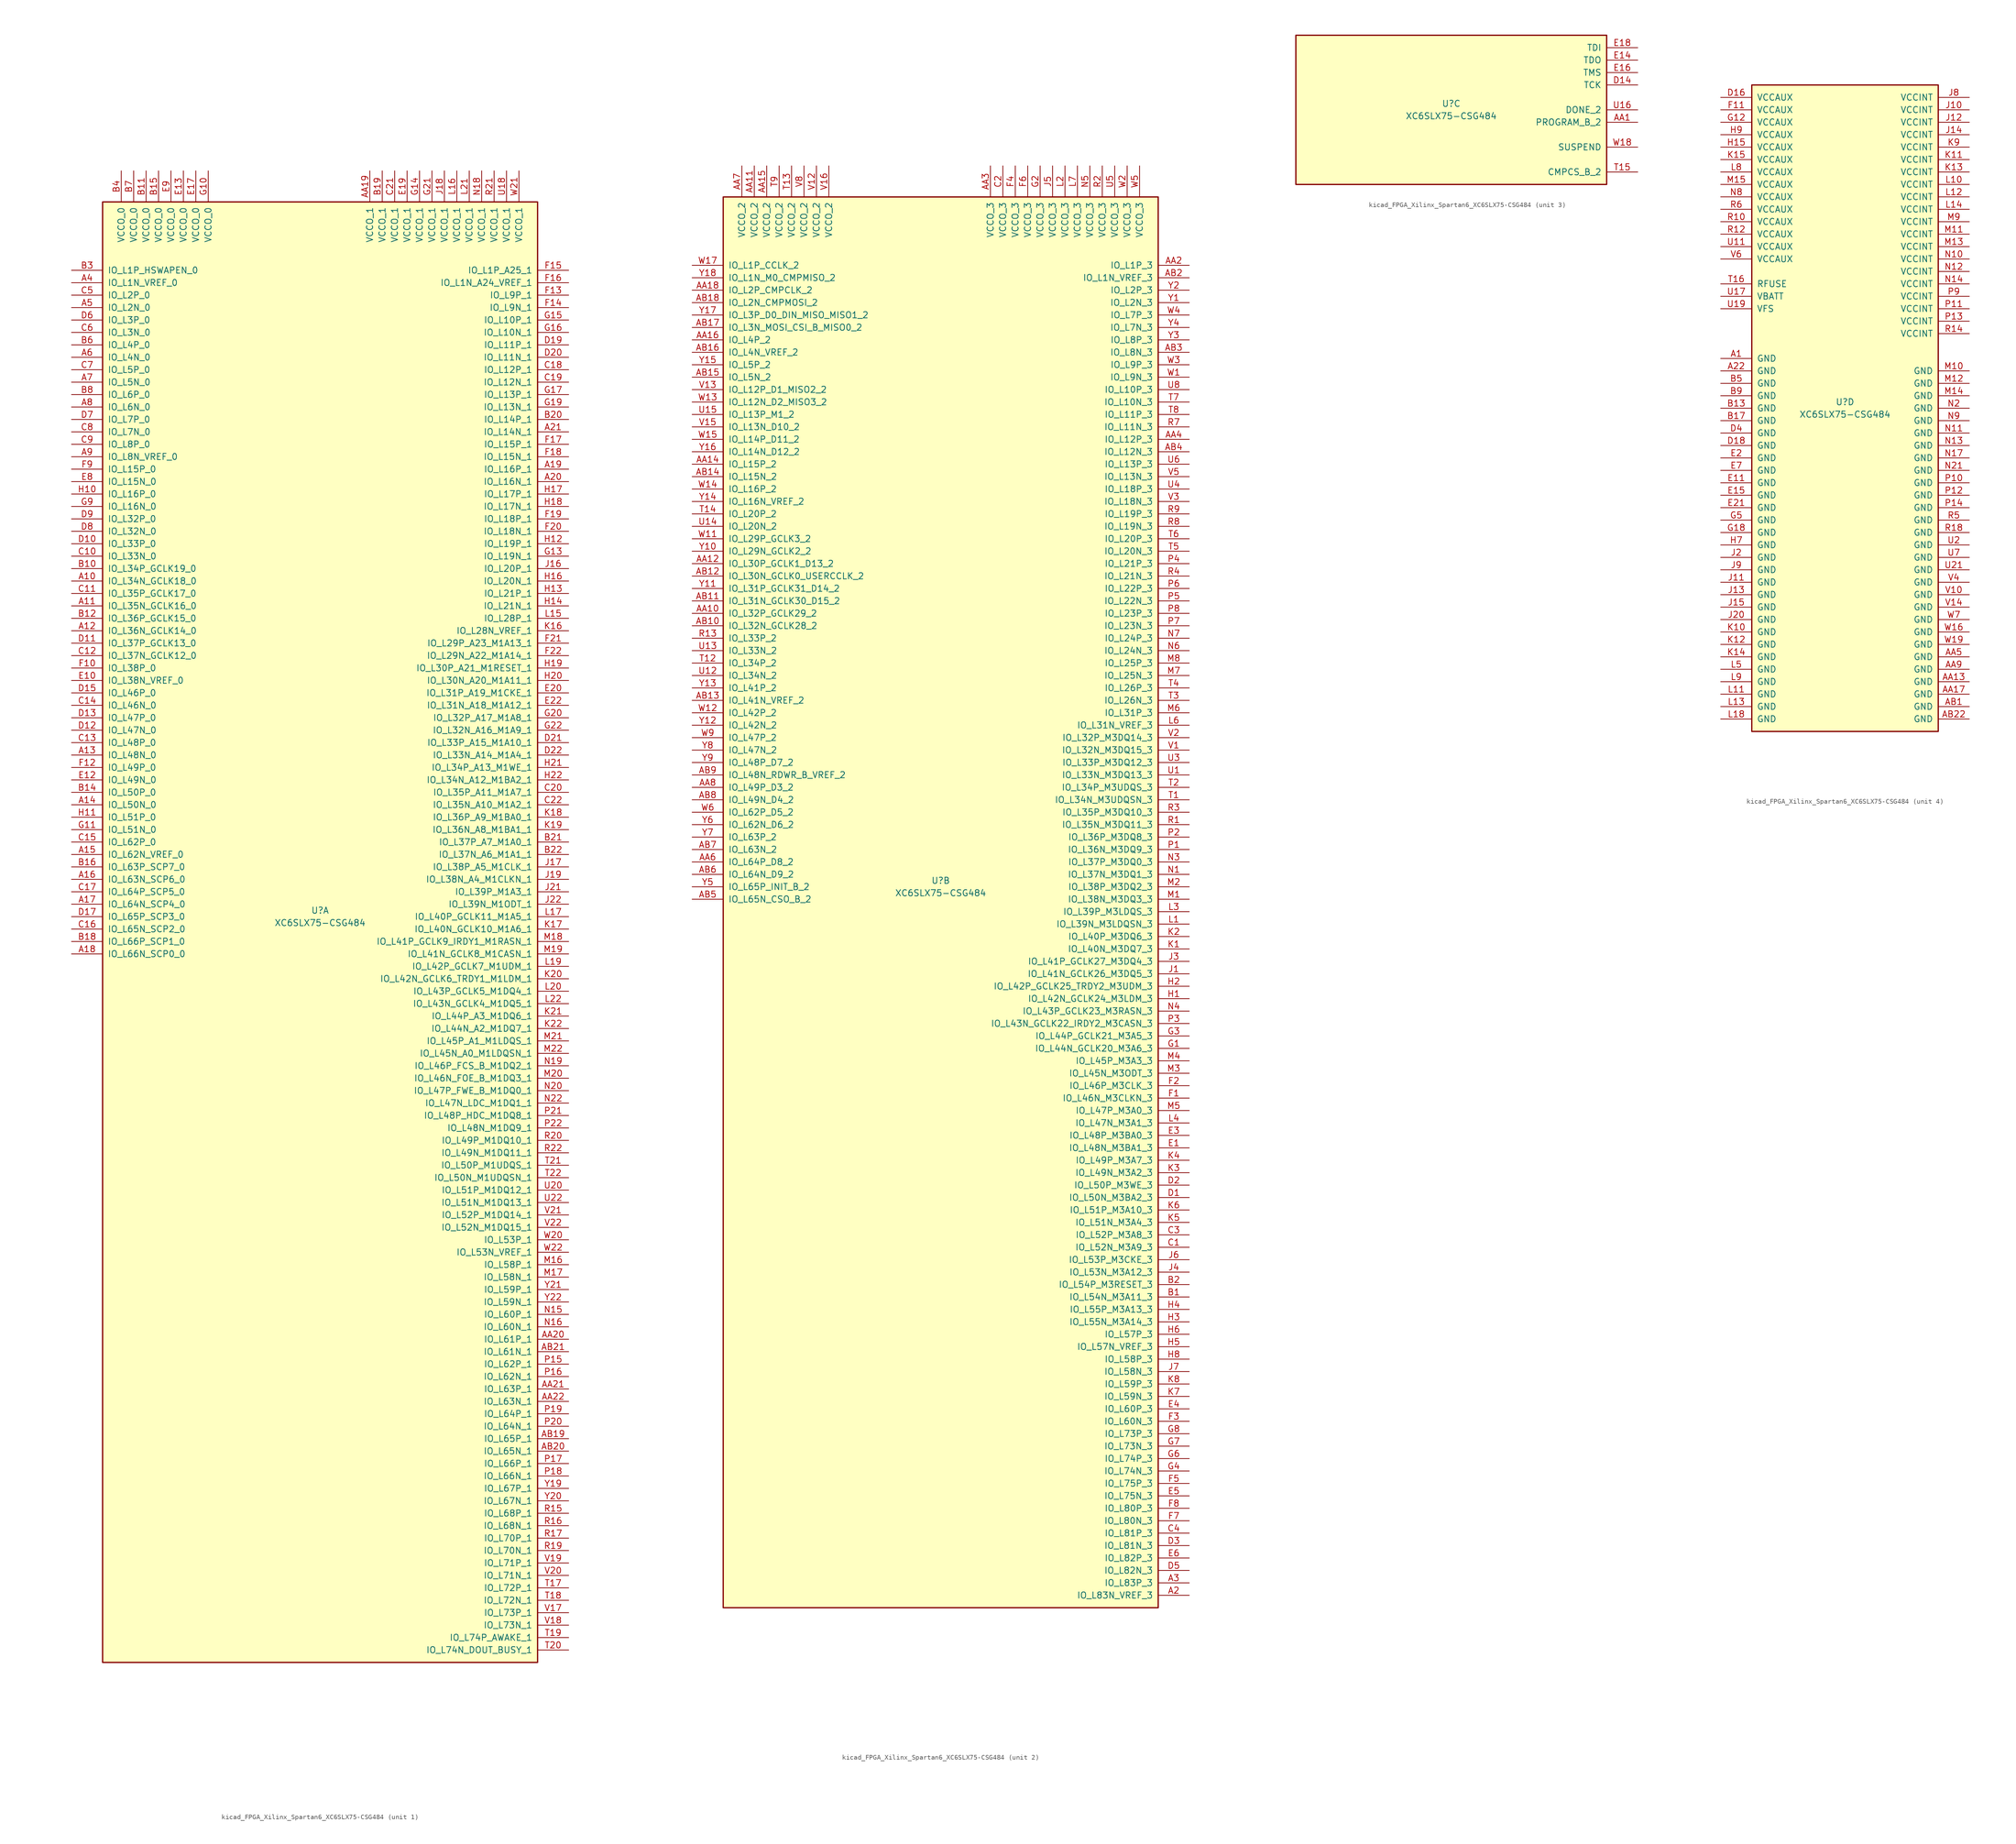
<source format=kicad_sym>
(kicad_symbol_lib
  (version 20220914)
  (generator kicad_symbol_editor)
  (symbol "kicad_FPGA_Xilinx_Spartan6_XC6SLX75-CSG484"
    (pin_names
      (offset 1.016))
    (property "Reference" "U"
      (at 0 1.27 0)
      (effects (font (size 1.27 1.27))))
    (property "Value" "XC6SLX75-CSG484"
      (at 0 -1.27 0)
      (effects (font (size 1.27 1.27))))
    (property "Datasheet" ""
      (at 0 0 0)
      (effects (font (size 1.27 1.27))))
    (property "ki_locked" ""
      (at 0 0 0)
      (effects (font (size 1.27 1.27))))
    (symbol "kicad_FPGA_Xilinx_Spartan6_XC6SLX75-CSG484_1_1"
      (rectangle (start -44.45 146.05) (end 44.45 -152.4) (stroke (width 0.254) (type default)) (fill (type background)))
      (pin bidirectional line (at -50.8 68.58 0) (length 6.35) (name "IO_L34N_GCLK18_0" (effects (font (size 1.27 1.27)))) (number "A10" (effects (font (size 1.27 1.27)))))
      (pin bidirectional line (at -50.8 63.5 0) (length 6.35) (name "IO_L35N_GCLK16_0" (effects (font (size 1.27 1.27)))) (number "A11" (effects (font (size 1.27 1.27)))))
      (pin bidirectional line (at -50.8 58.42 0) (length 6.35) (name "IO_L36N_GCLK14_0" (effects (font (size 1.27 1.27)))) (number "A12" (effects (font (size 1.27 1.27)))))
      (pin bidirectional line (at -50.8 33.02 0) (length 6.35) (name "IO_L48N_0" (effects (font (size 1.27 1.27)))) (number "A13" (effects (font (size 1.27 1.27)))))
      (pin bidirectional line (at -50.8 22.86 0) (length 6.35) (name "IO_L50N_0" (effects (font (size 1.27 1.27)))) (number "A14" (effects (font (size 1.27 1.27)))))
      (pin bidirectional line (at -50.8 12.7 0) (length 6.35) (name "IO_L62N_VREF_0" (effects (font (size 1.27 1.27)))) (number "A15" (effects (font (size 1.27 1.27)))))
      (pin bidirectional line (at -50.8 7.62 0) (length 6.35) (name "IO_L63N_SCP6_0" (effects (font (size 1.27 1.27)))) (number "A16" (effects (font (size 1.27 1.27)))))
      (pin bidirectional line (at -50.8 2.54 0) (length 6.35) (name "IO_L64N_SCP4_0" (effects (font (size 1.27 1.27)))) (number "A17" (effects (font (size 1.27 1.27)))))
      (pin bidirectional line (at -50.8 -7.62 0) (length 6.35) (name "IO_L66N_SCP0_0" (effects (font (size 1.27 1.27)))) (number "A18" (effects (font (size 1.27 1.27)))))
      (pin bidirectional line (at 50.8 91.44 180) (length 6.35) (name "IO_L16P_1" (effects (font (size 1.27 1.27)))) (number "A19" (effects (font (size 1.27 1.27)))))
      (pin bidirectional line (at 50.8 88.9 180) (length 6.35) (name "IO_L16N_1" (effects (font (size 1.27 1.27)))) (number "A20" (effects (font (size 1.27 1.27)))))
      (pin bidirectional line (at 50.8 99.06 180) (length 6.35) (name "IO_L14N_1" (effects (font (size 1.27 1.27)))) (number "A21" (effects (font (size 1.27 1.27)))))
      (pin bidirectional line (at -50.8 129.54 0) (length 6.35) (name "IO_L1N_VREF_0" (effects (font (size 1.27 1.27)))) (number "A4" (effects (font (size 1.27 1.27)))))
      (pin bidirectional line (at -50.8 124.46 0) (length 6.35) (name "IO_L2N_0" (effects (font (size 1.27 1.27)))) (number "A5" (effects (font (size 1.27 1.27)))))
      (pin bidirectional line (at -50.8 114.3 0) (length 6.35) (name "IO_L4N_0" (effects (font (size 1.27 1.27)))) (number "A6" (effects (font (size 1.27 1.27)))))
      (pin bidirectional line (at -50.8 109.22 0) (length 6.35) (name "IO_L5N_0" (effects (font (size 1.27 1.27)))) (number "A7" (effects (font (size 1.27 1.27)))))
      (pin bidirectional line (at -50.8 104.14 0) (length 6.35) (name "IO_L6N_0" (effects (font (size 1.27 1.27)))) (number "A8" (effects (font (size 1.27 1.27)))))
      (pin bidirectional line (at -50.8 93.98 0) (length 6.35) (name "IO_L8N_VREF_0" (effects (font (size 1.27 1.27)))) (number "A9" (effects (font (size 1.27 1.27)))))
      (pin power_in line (at 10.16 152.4 270) (length 6.35) (name "VCCO_1" (effects (font (size 1.27 1.27)))) (number "AA19" (effects (font (size 1.27 1.27)))))
      (pin bidirectional line (at 50.8 -86.36 180) (length 6.35) (name "IO_L61P_1" (effects (font (size 1.27 1.27)))) (number "AA20" (effects (font (size 1.27 1.27)))))
      (pin bidirectional line (at 50.8 -96.52 180) (length 6.35) (name "IO_L63P_1" (effects (font (size 1.27 1.27)))) (number "AA21" (effects (font (size 1.27 1.27)))))
      (pin bidirectional line (at 50.8 -99.06 180) (length 6.35) (name "IO_L63N_1" (effects (font (size 1.27 1.27)))) (number "AA22" (effects (font (size 1.27 1.27)))))
      (pin bidirectional line (at 50.8 -106.68 180) (length 6.35) (name "IO_L65P_1" (effects (font (size 1.27 1.27)))) (number "AB19" (effects (font (size 1.27 1.27)))))
      (pin bidirectional line (at 50.8 -109.22 180) (length 6.35) (name "IO_L65N_1" (effects (font (size 1.27 1.27)))) (number "AB20" (effects (font (size 1.27 1.27)))))
      (pin bidirectional line (at 50.8 -88.9 180) (length 6.35) (name "IO_L61N_1" (effects (font (size 1.27 1.27)))) (number "AB21" (effects (font (size 1.27 1.27)))))
      (pin bidirectional line (at -50.8 71.12 0) (length 6.35) (name "IO_L34P_GCLK19_0" (effects (font (size 1.27 1.27)))) (number "B10" (effects (font (size 1.27 1.27)))))
      (pin power_in line (at -35.56 152.4 270) (length 6.35) (name "VCCO_0" (effects (font (size 1.27 1.27)))) (number "B11" (effects (font (size 1.27 1.27)))))
      (pin bidirectional line (at -50.8 60.96 0) (length 6.35) (name "IO_L36P_GCLK15_0" (effects (font (size 1.27 1.27)))) (number "B12" (effects (font (size 1.27 1.27)))))
      (pin bidirectional line (at -50.8 25.4 0) (length 6.35) (name "IO_L50P_0" (effects (font (size 1.27 1.27)))) (number "B14" (effects (font (size 1.27 1.27)))))
      (pin power_in line (at -33.02 152.4 270) (length 6.35) (name "VCCO_0" (effects (font (size 1.27 1.27)))) (number "B15" (effects (font (size 1.27 1.27)))))
      (pin bidirectional line (at -50.8 10.16 0) (length 6.35) (name "IO_L63P_SCP7_0" (effects (font (size 1.27 1.27)))) (number "B16" (effects (font (size 1.27 1.27)))))
      (pin bidirectional line (at -50.8 -5.08 0) (length 6.35) (name "IO_L66P_SCP1_0" (effects (font (size 1.27 1.27)))) (number "B18" (effects (font (size 1.27 1.27)))))
      (pin power_in line (at 12.7 152.4 270) (length 6.35) (name "VCCO_1" (effects (font (size 1.27 1.27)))) (number "B19" (effects (font (size 1.27 1.27)))))
      (pin bidirectional line (at 50.8 101.6 180) (length 6.35) (name "IO_L14P_1" (effects (font (size 1.27 1.27)))) (number "B20" (effects (font (size 1.27 1.27)))))
      (pin bidirectional line (at 50.8 15.24 180) (length 6.35) (name "IO_L37P_A7_M1A0_1" (effects (font (size 1.27 1.27)))) (number "B21" (effects (font (size 1.27 1.27)))))
      (pin bidirectional line (at 50.8 12.7 180) (length 6.35) (name "IO_L37N_A6_M1A1_1" (effects (font (size 1.27 1.27)))) (number "B22" (effects (font (size 1.27 1.27)))))
      (pin bidirectional line (at -50.8 132.08 0) (length 6.35) (name "IO_L1P_HSWAPEN_0" (effects (font (size 1.27 1.27)))) (number "B3" (effects (font (size 1.27 1.27)))))
      (pin power_in line (at -40.64 152.4 270) (length 6.35) (name "VCCO_0" (effects (font (size 1.27 1.27)))) (number "B4" (effects (font (size 1.27 1.27)))))
      (pin bidirectional line (at -50.8 116.84 0) (length 6.35) (name "IO_L4P_0" (effects (font (size 1.27 1.27)))) (number "B6" (effects (font (size 1.27 1.27)))))
      (pin power_in line (at -38.1 152.4 270) (length 6.35) (name "VCCO_0" (effects (font (size 1.27 1.27)))) (number "B7" (effects (font (size 1.27 1.27)))))
      (pin bidirectional line (at -50.8 106.68 0) (length 6.35) (name "IO_L6P_0" (effects (font (size 1.27 1.27)))) (number "B8" (effects (font (size 1.27 1.27)))))
      (pin bidirectional line (at -50.8 73.66 0) (length 6.35) (name "IO_L33N_0" (effects (font (size 1.27 1.27)))) (number "C10" (effects (font (size 1.27 1.27)))))
      (pin bidirectional line (at -50.8 66.04 0) (length 6.35) (name "IO_L35P_GCLK17_0" (effects (font (size 1.27 1.27)))) (number "C11" (effects (font (size 1.27 1.27)))))
      (pin bidirectional line (at -50.8 53.34 0) (length 6.35) (name "IO_L37N_GCLK12_0" (effects (font (size 1.27 1.27)))) (number "C12" (effects (font (size 1.27 1.27)))))
      (pin bidirectional line (at -50.8 35.56 0) (length 6.35) (name "IO_L48P_0" (effects (font (size 1.27 1.27)))) (number "C13" (effects (font (size 1.27 1.27)))))
      (pin bidirectional line (at -50.8 43.18 0) (length 6.35) (name "IO_L46N_0" (effects (font (size 1.27 1.27)))) (number "C14" (effects (font (size 1.27 1.27)))))
      (pin bidirectional line (at -50.8 15.24 0) (length 6.35) (name "IO_L62P_0" (effects (font (size 1.27 1.27)))) (number "C15" (effects (font (size 1.27 1.27)))))
      (pin bidirectional line (at -50.8 -2.54 0) (length 6.35) (name "IO_L65N_SCP2_0" (effects (font (size 1.27 1.27)))) (number "C16" (effects (font (size 1.27 1.27)))))
      (pin bidirectional line (at -50.8 5.08 0) (length 6.35) (name "IO_L64P_SCP5_0" (effects (font (size 1.27 1.27)))) (number "C17" (effects (font (size 1.27 1.27)))))
      (pin bidirectional line (at 50.8 111.76 180) (length 6.35) (name "IO_L12P_1" (effects (font (size 1.27 1.27)))) (number "C18" (effects (font (size 1.27 1.27)))))
      (pin bidirectional line (at 50.8 109.22 180) (length 6.35) (name "IO_L12N_1" (effects (font (size 1.27 1.27)))) (number "C19" (effects (font (size 1.27 1.27)))))
      (pin bidirectional line (at 50.8 25.4 180) (length 6.35) (name "IO_L35P_A11_M1A7_1" (effects (font (size 1.27 1.27)))) (number "C20" (effects (font (size 1.27 1.27)))))
      (pin power_in line (at 15.24 152.4 270) (length 6.35) (name "VCCO_1" (effects (font (size 1.27 1.27)))) (number "C21" (effects (font (size 1.27 1.27)))))
      (pin bidirectional line (at 50.8 22.86 180) (length 6.35) (name "IO_L35N_A10_M1A2_1" (effects (font (size 1.27 1.27)))) (number "C22" (effects (font (size 1.27 1.27)))))
      (pin bidirectional line (at -50.8 127 0) (length 6.35) (name "IO_L2P_0" (effects (font (size 1.27 1.27)))) (number "C5" (effects (font (size 1.27 1.27)))))
      (pin bidirectional line (at -50.8 119.38 0) (length 6.35) (name "IO_L3N_0" (effects (font (size 1.27 1.27)))) (number "C6" (effects (font (size 1.27 1.27)))))
      (pin bidirectional line (at -50.8 111.76 0) (length 6.35) (name "IO_L5P_0" (effects (font (size 1.27 1.27)))) (number "C7" (effects (font (size 1.27 1.27)))))
      (pin bidirectional line (at -50.8 99.06 0) (length 6.35) (name "IO_L7N_0" (effects (font (size 1.27 1.27)))) (number "C8" (effects (font (size 1.27 1.27)))))
      (pin bidirectional line (at -50.8 96.52 0) (length 6.35) (name "IO_L8P_0" (effects (font (size 1.27 1.27)))) (number "C9" (effects (font (size 1.27 1.27)))))
      (pin bidirectional line (at -50.8 76.2 0) (length 6.35) (name "IO_L33P_0" (effects (font (size 1.27 1.27)))) (number "D10" (effects (font (size 1.27 1.27)))))
      (pin bidirectional line (at -50.8 55.88 0) (length 6.35) (name "IO_L37P_GCLK13_0" (effects (font (size 1.27 1.27)))) (number "D11" (effects (font (size 1.27 1.27)))))
      (pin bidirectional line (at -50.8 38.1 0) (length 6.35) (name "IO_L47N_0" (effects (font (size 1.27 1.27)))) (number "D12" (effects (font (size 1.27 1.27)))))
      (pin bidirectional line (at -50.8 40.64 0) (length 6.35) (name "IO_L47P_0" (effects (font (size 1.27 1.27)))) (number "D13" (effects (font (size 1.27 1.27)))))
      (pin bidirectional line (at -50.8 45.72 0) (length 6.35) (name "IO_L46P_0" (effects (font (size 1.27 1.27)))) (number "D15" (effects (font (size 1.27 1.27)))))
      (pin bidirectional line (at -50.8 0 0) (length 6.35) (name "IO_L65P_SCP3_0" (effects (font (size 1.27 1.27)))) (number "D17" (effects (font (size 1.27 1.27)))))
      (pin bidirectional line (at 50.8 116.84 180) (length 6.35) (name "IO_L11P_1" (effects (font (size 1.27 1.27)))) (number "D19" (effects (font (size 1.27 1.27)))))
      (pin bidirectional line (at 50.8 114.3 180) (length 6.35) (name "IO_L11N_1" (effects (font (size 1.27 1.27)))) (number "D20" (effects (font (size 1.27 1.27)))))
      (pin bidirectional line (at 50.8 35.56 180) (length 6.35) (name "IO_L33P_A15_M1A10_1" (effects (font (size 1.27 1.27)))) (number "D21" (effects (font (size 1.27 1.27)))))
      (pin bidirectional line (at 50.8 33.02 180) (length 6.35) (name "IO_L33N_A14_M1A4_1" (effects (font (size 1.27 1.27)))) (number "D22" (effects (font (size 1.27 1.27)))))
      (pin bidirectional line (at -50.8 121.92 0) (length 6.35) (name "IO_L3P_0" (effects (font (size 1.27 1.27)))) (number "D6" (effects (font (size 1.27 1.27)))))
      (pin bidirectional line (at -50.8 101.6 0) (length 6.35) (name "IO_L7P_0" (effects (font (size 1.27 1.27)))) (number "D7" (effects (font (size 1.27 1.27)))))
      (pin bidirectional line (at -50.8 78.74 0) (length 6.35) (name "IO_L32N_0" (effects (font (size 1.27 1.27)))) (number "D8" (effects (font (size 1.27 1.27)))))
      (pin bidirectional line (at -50.8 81.28 0) (length 6.35) (name "IO_L32P_0" (effects (font (size 1.27 1.27)))) (number "D9" (effects (font (size 1.27 1.27)))))
      (pin bidirectional line (at -50.8 48.26 0) (length 6.35) (name "IO_L38N_VREF_0" (effects (font (size 1.27 1.27)))) (number "E10" (effects (font (size 1.27 1.27)))))
      (pin bidirectional line (at -50.8 27.94 0) (length 6.35) (name "IO_L49N_0" (effects (font (size 1.27 1.27)))) (number "E12" (effects (font (size 1.27 1.27)))))
      (pin power_in line (at -27.94 152.4 270) (length 6.35) (name "VCCO_0" (effects (font (size 1.27 1.27)))) (number "E13" (effects (font (size 1.27 1.27)))))
      (pin power_in line (at -25.4 152.4 270) (length 6.35) (name "VCCO_0" (effects (font (size 1.27 1.27)))) (number "E17" (effects (font (size 1.27 1.27)))))
      (pin power_in line (at 17.78 152.4 270) (length 6.35) (name "VCCO_1" (effects (font (size 1.27 1.27)))) (number "E19" (effects (font (size 1.27 1.27)))))
      (pin bidirectional line (at 50.8 45.72 180) (length 6.35) (name "IO_L31P_A19_M1CKE_1" (effects (font (size 1.27 1.27)))) (number "E20" (effects (font (size 1.27 1.27)))))
      (pin bidirectional line (at 50.8 43.18 180) (length 6.35) (name "IO_L31N_A18_M1A12_1" (effects (font (size 1.27 1.27)))) (number "E22" (effects (font (size 1.27 1.27)))))
      (pin bidirectional line (at -50.8 88.9 0) (length 6.35) (name "IO_L15N_0" (effects (font (size 1.27 1.27)))) (number "E8" (effects (font (size 1.27 1.27)))))
      (pin power_in line (at -30.48 152.4 270) (length 6.35) (name "VCCO_0" (effects (font (size 1.27 1.27)))) (number "E9" (effects (font (size 1.27 1.27)))))
      (pin bidirectional line (at -50.8 50.8 0) (length 6.35) (name "IO_L38P_0" (effects (font (size 1.27 1.27)))) (number "F10" (effects (font (size 1.27 1.27)))))
      (pin bidirectional line (at -50.8 30.48 0) (length 6.35) (name "IO_L49P_0" (effects (font (size 1.27 1.27)))) (number "F12" (effects (font (size 1.27 1.27)))))
      (pin bidirectional line (at 50.8 127 180) (length 6.35) (name "IO_L9P_1" (effects (font (size 1.27 1.27)))) (number "F13" (effects (font (size 1.27 1.27)))))
      (pin bidirectional line (at 50.8 124.46 180) (length 6.35) (name "IO_L9N_1" (effects (font (size 1.27 1.27)))) (number "F14" (effects (font (size 1.27 1.27)))))
      (pin bidirectional line (at 50.8 132.08 180) (length 6.35) (name "IO_L1P_A25_1" (effects (font (size 1.27 1.27)))) (number "F15" (effects (font (size 1.27 1.27)))))
      (pin bidirectional line (at 50.8 129.54 180) (length 6.35) (name "IO_L1N_A24_VREF_1" (effects (font (size 1.27 1.27)))) (number "F16" (effects (font (size 1.27 1.27)))))
      (pin bidirectional line (at 50.8 96.52 180) (length 6.35) (name "IO_L15P_1" (effects (font (size 1.27 1.27)))) (number "F17" (effects (font (size 1.27 1.27)))))
      (pin bidirectional line (at 50.8 93.98 180) (length 6.35) (name "IO_L15N_1" (effects (font (size 1.27 1.27)))) (number "F18" (effects (font (size 1.27 1.27)))))
      (pin bidirectional line (at 50.8 81.28 180) (length 6.35) (name "IO_L18P_1" (effects (font (size 1.27 1.27)))) (number "F19" (effects (font (size 1.27 1.27)))))
      (pin bidirectional line (at 50.8 78.74 180) (length 6.35) (name "IO_L18N_1" (effects (font (size 1.27 1.27)))) (number "F20" (effects (font (size 1.27 1.27)))))
      (pin bidirectional line (at 50.8 55.88 180) (length 6.35) (name "IO_L29P_A23_M1A13_1" (effects (font (size 1.27 1.27)))) (number "F21" (effects (font (size 1.27 1.27)))))
      (pin bidirectional line (at 50.8 53.34 180) (length 6.35) (name "IO_L29N_A22_M1A14_1" (effects (font (size 1.27 1.27)))) (number "F22" (effects (font (size 1.27 1.27)))))
      (pin bidirectional line (at -50.8 91.44 0) (length 6.35) (name "IO_L15P_0" (effects (font (size 1.27 1.27)))) (number "F9" (effects (font (size 1.27 1.27)))))
      (pin power_in line (at -22.86 152.4 270) (length 6.35) (name "VCCO_0" (effects (font (size 1.27 1.27)))) (number "G10" (effects (font (size 1.27 1.27)))))
      (pin bidirectional line (at -50.8 17.78 0) (length 6.35) (name "IO_L51N_0" (effects (font (size 1.27 1.27)))) (number "G11" (effects (font (size 1.27 1.27)))))
      (pin bidirectional line (at 50.8 73.66 180) (length 6.35) (name "IO_L19N_1" (effects (font (size 1.27 1.27)))) (number "G13" (effects (font (size 1.27 1.27)))))
      (pin power_in line (at 20.32 152.4 270) (length 6.35) (name "VCCO_1" (effects (font (size 1.27 1.27)))) (number "G14" (effects (font (size 1.27 1.27)))))
      (pin bidirectional line (at 50.8 121.92 180) (length 6.35) (name "IO_L10P_1" (effects (font (size 1.27 1.27)))) (number "G15" (effects (font (size 1.27 1.27)))))
      (pin bidirectional line (at 50.8 119.38 180) (length 6.35) (name "IO_L10N_1" (effects (font (size 1.27 1.27)))) (number "G16" (effects (font (size 1.27 1.27)))))
      (pin bidirectional line (at 50.8 106.68 180) (length 6.35) (name "IO_L13P_1" (effects (font (size 1.27 1.27)))) (number "G17" (effects (font (size 1.27 1.27)))))
      (pin bidirectional line (at 50.8 104.14 180) (length 6.35) (name "IO_L13N_1" (effects (font (size 1.27 1.27)))) (number "G19" (effects (font (size 1.27 1.27)))))
      (pin bidirectional line (at 50.8 40.64 180) (length 6.35) (name "IO_L32P_A17_M1A8_1" (effects (font (size 1.27 1.27)))) (number "G20" (effects (font (size 1.27 1.27)))))
      (pin power_in line (at 22.86 152.4 270) (length 6.35) (name "VCCO_1" (effects (font (size 1.27 1.27)))) (number "G21" (effects (font (size 1.27 1.27)))))
      (pin bidirectional line (at 50.8 38.1 180) (length 6.35) (name "IO_L32N_A16_M1A9_1" (effects (font (size 1.27 1.27)))) (number "G22" (effects (font (size 1.27 1.27)))))
      (pin bidirectional line (at -50.8 83.82 0) (length 6.35) (name "IO_L16N_0" (effects (font (size 1.27 1.27)))) (number "G9" (effects (font (size 1.27 1.27)))))
      (pin bidirectional line (at -50.8 86.36 0) (length 6.35) (name "IO_L16P_0" (effects (font (size 1.27 1.27)))) (number "H10" (effects (font (size 1.27 1.27)))))
      (pin bidirectional line (at -50.8 20.32 0) (length 6.35) (name "IO_L51P_0" (effects (font (size 1.27 1.27)))) (number "H11" (effects (font (size 1.27 1.27)))))
      (pin bidirectional line (at 50.8 76.2 180) (length 6.35) (name "IO_L19P_1" (effects (font (size 1.27 1.27)))) (number "H12" (effects (font (size 1.27 1.27)))))
      (pin bidirectional line (at 50.8 66.04 180) (length 6.35) (name "IO_L21P_1" (effects (font (size 1.27 1.27)))) (number "H13" (effects (font (size 1.27 1.27)))))
      (pin bidirectional line (at 50.8 63.5 180) (length 6.35) (name "IO_L21N_1" (effects (font (size 1.27 1.27)))) (number "H14" (effects (font (size 1.27 1.27)))))
      (pin bidirectional line (at 50.8 68.58 180) (length 6.35) (name "IO_L20N_1" (effects (font (size 1.27 1.27)))) (number "H16" (effects (font (size 1.27 1.27)))))
      (pin bidirectional line (at 50.8 86.36 180) (length 6.35) (name "IO_L17P_1" (effects (font (size 1.27 1.27)))) (number "H17" (effects (font (size 1.27 1.27)))))
      (pin bidirectional line (at 50.8 83.82 180) (length 6.35) (name "IO_L17N_1" (effects (font (size 1.27 1.27)))) (number "H18" (effects (font (size 1.27 1.27)))))
      (pin bidirectional line (at 50.8 50.8 180) (length 6.35) (name "IO_L30P_A21_M1RESET_1" (effects (font (size 1.27 1.27)))) (number "H19" (effects (font (size 1.27 1.27)))))
      (pin bidirectional line (at 50.8 48.26 180) (length 6.35) (name "IO_L30N_A20_M1A11_1" (effects (font (size 1.27 1.27)))) (number "H20" (effects (font (size 1.27 1.27)))))
      (pin bidirectional line (at 50.8 30.48 180) (length 6.35) (name "IO_L34P_A13_M1WE_1" (effects (font (size 1.27 1.27)))) (number "H21" (effects (font (size 1.27 1.27)))))
      (pin bidirectional line (at 50.8 27.94 180) (length 6.35) (name "IO_L34N_A12_M1BA2_1" (effects (font (size 1.27 1.27)))) (number "H22" (effects (font (size 1.27 1.27)))))
      (pin bidirectional line (at 50.8 71.12 180) (length 6.35) (name "IO_L20P_1" (effects (font (size 1.27 1.27)))) (number "J16" (effects (font (size 1.27 1.27)))))
      (pin bidirectional line (at 50.8 10.16 180) (length 6.35) (name "IO_L38P_A5_M1CLK_1" (effects (font (size 1.27 1.27)))) (number "J17" (effects (font (size 1.27 1.27)))))
      (pin power_in line (at 25.4 152.4 270) (length 6.35) (name "VCCO_1" (effects (font (size 1.27 1.27)))) (number "J18" (effects (font (size 1.27 1.27)))))
      (pin bidirectional line (at 50.8 7.62 180) (length 6.35) (name "IO_L38N_A4_M1CLKN_1" (effects (font (size 1.27 1.27)))) (number "J19" (effects (font (size 1.27 1.27)))))
      (pin bidirectional line (at 50.8 5.08 180) (length 6.35) (name "IO_L39P_M1A3_1" (effects (font (size 1.27 1.27)))) (number "J21" (effects (font (size 1.27 1.27)))))
      (pin bidirectional line (at 50.8 2.54 180) (length 6.35) (name "IO_L39N_M1ODT_1" (effects (font (size 1.27 1.27)))) (number "J22" (effects (font (size 1.27 1.27)))))
      (pin bidirectional line (at 50.8 58.42 180) (length 6.35) (name "IO_L28N_VREF_1" (effects (font (size 1.27 1.27)))) (number "K16" (effects (font (size 1.27 1.27)))))
      (pin bidirectional line (at 50.8 -2.54 180) (length 6.35) (name "IO_L40N_GCLK10_M1A6_1" (effects (font (size 1.27 1.27)))) (number "K17" (effects (font (size 1.27 1.27)))))
      (pin bidirectional line (at 50.8 20.32 180) (length 6.35) (name "IO_L36P_A9_M1BA0_1" (effects (font (size 1.27 1.27)))) (number "K18" (effects (font (size 1.27 1.27)))))
      (pin bidirectional line (at 50.8 17.78 180) (length 6.35) (name "IO_L36N_A8_M1BA1_1" (effects (font (size 1.27 1.27)))) (number "K19" (effects (font (size 1.27 1.27)))))
      (pin bidirectional line (at 50.8 -12.7 180) (length 6.35) (name "IO_L42N_GCLK6_TRDY1_M1LDM_1" (effects (font (size 1.27 1.27)))) (number "K20" (effects (font (size 1.27 1.27)))))
      (pin bidirectional line (at 50.8 -20.32 180) (length 6.35) (name "IO_L44P_A3_M1DQ6_1" (effects (font (size 1.27 1.27)))) (number "K21" (effects (font (size 1.27 1.27)))))
      (pin bidirectional line (at 50.8 -22.86 180) (length 6.35) (name "IO_L44N_A2_M1DQ7_1" (effects (font (size 1.27 1.27)))) (number "K22" (effects (font (size 1.27 1.27)))))
      (pin bidirectional line (at 50.8 60.96 180) (length 6.35) (name "IO_L28P_1" (effects (font (size 1.27 1.27)))) (number "L15" (effects (font (size 1.27 1.27)))))
      (pin power_in line (at 27.94 152.4 270) (length 6.35) (name "VCCO_1" (effects (font (size 1.27 1.27)))) (number "L16" (effects (font (size 1.27 1.27)))))
      (pin bidirectional line (at 50.8 0 180) (length 6.35) (name "IO_L40P_GCLK11_M1A5_1" (effects (font (size 1.27 1.27)))) (number "L17" (effects (font (size 1.27 1.27)))))
      (pin bidirectional line (at 50.8 -10.16 180) (length 6.35) (name "IO_L42P_GCLK7_M1UDM_1" (effects (font (size 1.27 1.27)))) (number "L19" (effects (font (size 1.27 1.27)))))
      (pin bidirectional line (at 50.8 -15.24 180) (length 6.35) (name "IO_L43P_GCLK5_M1DQ4_1" (effects (font (size 1.27 1.27)))) (number "L20" (effects (font (size 1.27 1.27)))))
      (pin power_in line (at 30.48 152.4 270) (length 6.35) (name "VCCO_1" (effects (font (size 1.27 1.27)))) (number "L21" (effects (font (size 1.27 1.27)))))
      (pin bidirectional line (at 50.8 -17.78 180) (length 6.35) (name "IO_L43N_GCLK4_M1DQ5_1" (effects (font (size 1.27 1.27)))) (number "L22" (effects (font (size 1.27 1.27)))))
      (pin bidirectional line (at 50.8 -71.12 180) (length 6.35) (name "IO_L58P_1" (effects (font (size 1.27 1.27)))) (number "M16" (effects (font (size 1.27 1.27)))))
      (pin bidirectional line (at 50.8 -73.66 180) (length 6.35) (name "IO_L58N_1" (effects (font (size 1.27 1.27)))) (number "M17" (effects (font (size 1.27 1.27)))))
      (pin bidirectional line (at 50.8 -5.08 180) (length 6.35) (name "IO_L41P_GCLK9_IRDY1_M1RASN_1" (effects (font (size 1.27 1.27)))) (number "M18" (effects (font (size 1.27 1.27)))))
      (pin bidirectional line (at 50.8 -7.62 180) (length 6.35) (name "IO_L41N_GCLK8_M1CASN_1" (effects (font (size 1.27 1.27)))) (number "M19" (effects (font (size 1.27 1.27)))))
      (pin bidirectional line (at 50.8 -33.02 180) (length 6.35) (name "IO_L46N_FOE_B_M1DQ3_1" (effects (font (size 1.27 1.27)))) (number "M20" (effects (font (size 1.27 1.27)))))
      (pin bidirectional line (at 50.8 -25.4 180) (length 6.35) (name "IO_L45P_A1_M1LDQS_1" (effects (font (size 1.27 1.27)))) (number "M21" (effects (font (size 1.27 1.27)))))
      (pin bidirectional line (at 50.8 -27.94 180) (length 6.35) (name "IO_L45N_A0_M1LDQSN_1" (effects (font (size 1.27 1.27)))) (number "M22" (effects (font (size 1.27 1.27)))))
      (pin bidirectional line (at 50.8 -81.28 180) (length 6.35) (name "IO_L60P_1" (effects (font (size 1.27 1.27)))) (number "N15" (effects (font (size 1.27 1.27)))))
      (pin bidirectional line (at 50.8 -83.82 180) (length 6.35) (name "IO_L60N_1" (effects (font (size 1.27 1.27)))) (number "N16" (effects (font (size 1.27 1.27)))))
      (pin power_in line (at 33.02 152.4 270) (length 6.35) (name "VCCO_1" (effects (font (size 1.27 1.27)))) (number "N18" (effects (font (size 1.27 1.27)))))
      (pin bidirectional line (at 50.8 -30.48 180) (length 6.35) (name "IO_L46P_FCS_B_M1DQ2_1" (effects (font (size 1.27 1.27)))) (number "N19" (effects (font (size 1.27 1.27)))))
      (pin bidirectional line (at 50.8 -35.56 180) (length 6.35) (name "IO_L47P_FWE_B_M1DQ0_1" (effects (font (size 1.27 1.27)))) (number "N20" (effects (font (size 1.27 1.27)))))
      (pin bidirectional line (at 50.8 -38.1 180) (length 6.35) (name "IO_L47N_LDC_M1DQ1_1" (effects (font (size 1.27 1.27)))) (number "N22" (effects (font (size 1.27 1.27)))))
      (pin bidirectional line (at 50.8 -91.44 180) (length 6.35) (name "IO_L62P_1" (effects (font (size 1.27 1.27)))) (number "P15" (effects (font (size 1.27 1.27)))))
      (pin bidirectional line (at 50.8 -93.98 180) (length 6.35) (name "IO_L62N_1" (effects (font (size 1.27 1.27)))) (number "P16" (effects (font (size 1.27 1.27)))))
      (pin bidirectional line (at 50.8 -111.76 180) (length 6.35) (name "IO_L66P_1" (effects (font (size 1.27 1.27)))) (number "P17" (effects (font (size 1.27 1.27)))))
      (pin bidirectional line (at 50.8 -114.3 180) (length 6.35) (name "IO_L66N_1" (effects (font (size 1.27 1.27)))) (number "P18" (effects (font (size 1.27 1.27)))))
      (pin bidirectional line (at 50.8 -101.6 180) (length 6.35) (name "IO_L64P_1" (effects (font (size 1.27 1.27)))) (number "P19" (effects (font (size 1.27 1.27)))))
      (pin bidirectional line (at 50.8 -104.14 180) (length 6.35) (name "IO_L64N_1" (effects (font (size 1.27 1.27)))) (number "P20" (effects (font (size 1.27 1.27)))))
      (pin bidirectional line (at 50.8 -40.64 180) (length 6.35) (name "IO_L48P_HDC_M1DQ8_1" (effects (font (size 1.27 1.27)))) (number "P21" (effects (font (size 1.27 1.27)))))
      (pin bidirectional line (at 50.8 -43.18 180) (length 6.35) (name "IO_L48N_M1DQ9_1" (effects (font (size 1.27 1.27)))) (number "P22" (effects (font (size 1.27 1.27)))))
      (pin bidirectional line (at 50.8 -121.92 180) (length 6.35) (name "IO_L68P_1" (effects (font (size 1.27 1.27)))) (number "R15" (effects (font (size 1.27 1.27)))))
      (pin bidirectional line (at 50.8 -124.46 180) (length 6.35) (name "IO_L68N_1" (effects (font (size 1.27 1.27)))) (number "R16" (effects (font (size 1.27 1.27)))))
      (pin bidirectional line (at 50.8 -127 180) (length 6.35) (name "IO_L70P_1" (effects (font (size 1.27 1.27)))) (number "R17" (effects (font (size 1.27 1.27)))))
      (pin bidirectional line (at 50.8 -129.54 180) (length 6.35) (name "IO_L70N_1" (effects (font (size 1.27 1.27)))) (number "R19" (effects (font (size 1.27 1.27)))))
      (pin bidirectional line (at 50.8 -45.72 180) (length 6.35) (name "IO_L49P_M1DQ10_1" (effects (font (size 1.27 1.27)))) (number "R20" (effects (font (size 1.27 1.27)))))
      (pin power_in line (at 35.56 152.4 270) (length 6.35) (name "VCCO_1" (effects (font (size 1.27 1.27)))) (number "R21" (effects (font (size 1.27 1.27)))))
      (pin bidirectional line (at 50.8 -48.26 180) (length 6.35) (name "IO_L49N_M1DQ11_1" (effects (font (size 1.27 1.27)))) (number "R22" (effects (font (size 1.27 1.27)))))
      (pin bidirectional line (at 50.8 -137.16 180) (length 6.35) (name "IO_L72P_1" (effects (font (size 1.27 1.27)))) (number "T17" (effects (font (size 1.27 1.27)))))
      (pin bidirectional line (at 50.8 -139.7 180) (length 6.35) (name "IO_L72N_1" (effects (font (size 1.27 1.27)))) (number "T18" (effects (font (size 1.27 1.27)))))
      (pin bidirectional line (at 50.8 -147.32 180) (length 6.35) (name "IO_L74P_AWAKE_1" (effects (font (size 1.27 1.27)))) (number "T19" (effects (font (size 1.27 1.27)))))
      (pin bidirectional line (at 50.8 -149.86 180) (length 6.35) (name "IO_L74N_DOUT_BUSY_1" (effects (font (size 1.27 1.27)))) (number "T20" (effects (font (size 1.27 1.27)))))
      (pin bidirectional line (at 50.8 -50.8 180) (length 6.35) (name "IO_L50P_M1UDQS_1" (effects (font (size 1.27 1.27)))) (number "T21" (effects (font (size 1.27 1.27)))))
      (pin bidirectional line (at 50.8 -53.34 180) (length 6.35) (name "IO_L50N_M1UDQSN_1" (effects (font (size 1.27 1.27)))) (number "T22" (effects (font (size 1.27 1.27)))))
      (pin power_in line (at 38.1 152.4 270) (length 6.35) (name "VCCO_1" (effects (font (size 1.27 1.27)))) (number "U18" (effects (font (size 1.27 1.27)))))
      (pin bidirectional line (at 50.8 -55.88 180) (length 6.35) (name "IO_L51P_M1DQ12_1" (effects (font (size 1.27 1.27)))) (number "U20" (effects (font (size 1.27 1.27)))))
      (pin bidirectional line (at 50.8 -58.42 180) (length 6.35) (name "IO_L51N_M1DQ13_1" (effects (font (size 1.27 1.27)))) (number "U22" (effects (font (size 1.27 1.27)))))
      (pin bidirectional line (at 50.8 -142.24 180) (length 6.35) (name "IO_L73P_1" (effects (font (size 1.27 1.27)))) (number "V17" (effects (font (size 1.27 1.27)))))
      (pin bidirectional line (at 50.8 -144.78 180) (length 6.35) (name "IO_L73N_1" (effects (font (size 1.27 1.27)))) (number "V18" (effects (font (size 1.27 1.27)))))
      (pin bidirectional line (at 50.8 -132.08 180) (length 6.35) (name "IO_L71P_1" (effects (font (size 1.27 1.27)))) (number "V19" (effects (font (size 1.27 1.27)))))
      (pin bidirectional line (at 50.8 -134.62 180) (length 6.35) (name "IO_L71N_1" (effects (font (size 1.27 1.27)))) (number "V20" (effects (font (size 1.27 1.27)))))
      (pin bidirectional line (at 50.8 -60.96 180) (length 6.35) (name "IO_L52P_M1DQ14_1" (effects (font (size 1.27 1.27)))) (number "V21" (effects (font (size 1.27 1.27)))))
      (pin bidirectional line (at 50.8 -63.5 180) (length 6.35) (name "IO_L52N_M1DQ15_1" (effects (font (size 1.27 1.27)))) (number "V22" (effects (font (size 1.27 1.27)))))
      (pin bidirectional line (at 50.8 -66.04 180) (length 6.35) (name "IO_L53P_1" (effects (font (size 1.27 1.27)))) (number "W20" (effects (font (size 1.27 1.27)))))
      (pin power_in line (at 40.64 152.4 270) (length 6.35) (name "VCCO_1" (effects (font (size 1.27 1.27)))) (number "W21" (effects (font (size 1.27 1.27)))))
      (pin bidirectional line (at 50.8 -68.58 180) (length 6.35) (name "IO_L53N_VREF_1" (effects (font (size 1.27 1.27)))) (number "W22" (effects (font (size 1.27 1.27)))))
      (pin bidirectional line (at 50.8 -116.84 180) (length 6.35) (name "IO_L67P_1" (effects (font (size 1.27 1.27)))) (number "Y19" (effects (font (size 1.27 1.27)))))
      (pin bidirectional line (at 50.8 -119.38 180) (length 6.35) (name "IO_L67N_1" (effects (font (size 1.27 1.27)))) (number "Y20" (effects (font (size 1.27 1.27)))))
      (pin bidirectional line (at 50.8 -76.2 180) (length 6.35) (name "IO_L59P_1" (effects (font (size 1.27 1.27)))) (number "Y21" (effects (font (size 1.27 1.27)))))
      (pin bidirectional line (at 50.8 -78.74 180) (length 6.35) (name "IO_L59N_1" (effects (font (size 1.27 1.27)))) (number "Y22" (effects (font (size 1.27 1.27))))))
    (symbol "kicad_FPGA_Xilinx_Spartan6_XC6SLX75-CSG484_2_1"
      (rectangle (start -44.45 140.97) (end 44.45 -147.32) (stroke (width 0.254) (type default)) (fill (type background)))
      (pin bidirectional line (at 50.8 -144.78 180) (length 6.35) (name "IO_L83N_VREF_3" (effects (font (size 1.27 1.27)))) (number "A2" (effects (font (size 1.27 1.27)))))
      (pin bidirectional line (at 50.8 -142.24 180) (length 6.35) (name "IO_L83P_3" (effects (font (size 1.27 1.27)))) (number "A3" (effects (font (size 1.27 1.27)))))
      (pin bidirectional line (at -50.8 55.88 0) (length 6.35) (name "IO_L32P_GCLK29_2" (effects (font (size 1.27 1.27)))) (number "AA10" (effects (font (size 1.27 1.27)))))
      (pin power_in line (at -38.1 147.32 270) (length 6.35) (name "VCCO_2" (effects (font (size 1.27 1.27)))) (number "AA11" (effects (font (size 1.27 1.27)))))
      (pin bidirectional line (at -50.8 66.04 0) (length 6.35) (name "IO_L30P_GCLK1_D13_2" (effects (font (size 1.27 1.27)))) (number "AA12" (effects (font (size 1.27 1.27)))))
      (pin bidirectional line (at -50.8 86.36 0) (length 6.35) (name "IO_L15P_2" (effects (font (size 1.27 1.27)))) (number "AA14" (effects (font (size 1.27 1.27)))))
      (pin power_in line (at -35.56 147.32 270) (length 6.35) (name "VCCO_2" (effects (font (size 1.27 1.27)))) (number "AA15" (effects (font (size 1.27 1.27)))))
      (pin bidirectional line (at -50.8 111.76 0) (length 6.35) (name "IO_L4P_2" (effects (font (size 1.27 1.27)))) (number "AA16" (effects (font (size 1.27 1.27)))))
      (pin bidirectional line (at -50.8 121.92 0) (length 6.35) (name "IO_L2P_CMPCLK_2" (effects (font (size 1.27 1.27)))) (number "AA18" (effects (font (size 1.27 1.27)))))
      (pin bidirectional line (at 50.8 127 180) (length 6.35) (name "IO_L1P_3" (effects (font (size 1.27 1.27)))) (number "AA2" (effects (font (size 1.27 1.27)))))
      (pin power_in line (at 10.16 147.32 270) (length 6.35) (name "VCCO_3" (effects (font (size 1.27 1.27)))) (number "AA3" (effects (font (size 1.27 1.27)))))
      (pin bidirectional line (at 50.8 91.44 180) (length 6.35) (name "IO_L12P_3" (effects (font (size 1.27 1.27)))) (number "AA4" (effects (font (size 1.27 1.27)))))
      (pin bidirectional line (at -50.8 5.08 0) (length 6.35) (name "IO_L64P_D8_2" (effects (font (size 1.27 1.27)))) (number "AA6" (effects (font (size 1.27 1.27)))))
      (pin power_in line (at -40.64 147.32 270) (length 6.35) (name "VCCO_2" (effects (font (size 1.27 1.27)))) (number "AA7" (effects (font (size 1.27 1.27)))))
      (pin bidirectional line (at -50.8 20.32 0) (length 6.35) (name "IO_L49P_D3_2" (effects (font (size 1.27 1.27)))) (number "AA8" (effects (font (size 1.27 1.27)))))
      (pin bidirectional line (at -50.8 53.34 0) (length 6.35) (name "IO_L32N_GCLK28_2" (effects (font (size 1.27 1.27)))) (number "AB10" (effects (font (size 1.27 1.27)))))
      (pin bidirectional line (at -50.8 58.42 0) (length 6.35) (name "IO_L31N_GCLK30_D15_2" (effects (font (size 1.27 1.27)))) (number "AB11" (effects (font (size 1.27 1.27)))))
      (pin bidirectional line (at -50.8 63.5 0) (length 6.35) (name "IO_L30N_GCLK0_USERCCLK_2" (effects (font (size 1.27 1.27)))) (number "AB12" (effects (font (size 1.27 1.27)))))
      (pin bidirectional line (at -50.8 38.1 0) (length 6.35) (name "IO_L41N_VREF_2" (effects (font (size 1.27 1.27)))) (number "AB13" (effects (font (size 1.27 1.27)))))
      (pin bidirectional line (at -50.8 83.82 0) (length 6.35) (name "IO_L15N_2" (effects (font (size 1.27 1.27)))) (number "AB14" (effects (font (size 1.27 1.27)))))
      (pin bidirectional line (at -50.8 104.14 0) (length 6.35) (name "IO_L5N_2" (effects (font (size 1.27 1.27)))) (number "AB15" (effects (font (size 1.27 1.27)))))
      (pin bidirectional line (at -50.8 109.22 0) (length 6.35) (name "IO_L4N_VREF_2" (effects (font (size 1.27 1.27)))) (number "AB16" (effects (font (size 1.27 1.27)))))
      (pin bidirectional line (at -50.8 114.3 0) (length 6.35) (name "IO_L3N_MOSI_CSI_B_MISO0_2" (effects (font (size 1.27 1.27)))) (number "AB17" (effects (font (size 1.27 1.27)))))
      (pin bidirectional line (at -50.8 119.38 0) (length 6.35) (name "IO_L2N_CMPMOSI_2" (effects (font (size 1.27 1.27)))) (number "AB18" (effects (font (size 1.27 1.27)))))
      (pin bidirectional line (at 50.8 124.46 180) (length 6.35) (name "IO_L1N_VREF_3" (effects (font (size 1.27 1.27)))) (number "AB2" (effects (font (size 1.27 1.27)))))
      (pin bidirectional line (at 50.8 109.22 180) (length 6.35) (name "IO_L8N_3" (effects (font (size 1.27 1.27)))) (number "AB3" (effects (font (size 1.27 1.27)))))
      (pin bidirectional line (at 50.8 88.9 180) (length 6.35) (name "IO_L12N_3" (effects (font (size 1.27 1.27)))) (number "AB4" (effects (font (size 1.27 1.27)))))
      (pin bidirectional line (at -50.8 -2.54 0) (length 6.35) (name "IO_L65N_CSO_B_2" (effects (font (size 1.27 1.27)))) (number "AB5" (effects (font (size 1.27 1.27)))))
      (pin bidirectional line (at -50.8 2.54 0) (length 6.35) (name "IO_L64N_D9_2" (effects (font (size 1.27 1.27)))) (number "AB6" (effects (font (size 1.27 1.27)))))
      (pin bidirectional line (at -50.8 7.62 0) (length 6.35) (name "IO_L63N_2" (effects (font (size 1.27 1.27)))) (number "AB7" (effects (font (size 1.27 1.27)))))
      (pin bidirectional line (at -50.8 17.78 0) (length 6.35) (name "IO_L49N_D4_2" (effects (font (size 1.27 1.27)))) (number "AB8" (effects (font (size 1.27 1.27)))))
      (pin bidirectional line (at -50.8 22.86 0) (length 6.35) (name "IO_L48N_RDWR_B_VREF_2" (effects (font (size 1.27 1.27)))) (number "AB9" (effects (font (size 1.27 1.27)))))
      (pin bidirectional line (at 50.8 -83.82 180) (length 6.35) (name "IO_L54N_M3A11_3" (effects (font (size 1.27 1.27)))) (number "B1" (effects (font (size 1.27 1.27)))))
      (pin bidirectional line (at 50.8 -81.28 180) (length 6.35) (name "IO_L54P_M3RESET_3" (effects (font (size 1.27 1.27)))) (number "B2" (effects (font (size 1.27 1.27)))))
      (pin bidirectional line (at 50.8 -73.66 180) (length 6.35) (name "IO_L52N_M3A9_3" (effects (font (size 1.27 1.27)))) (number "C1" (effects (font (size 1.27 1.27)))))
      (pin power_in line (at 12.7 147.32 270) (length 6.35) (name "VCCO_3" (effects (font (size 1.27 1.27)))) (number "C2" (effects (font (size 1.27 1.27)))))
      (pin bidirectional line (at 50.8 -71.12 180) (length 6.35) (name "IO_L52P_M3A8_3" (effects (font (size 1.27 1.27)))) (number "C3" (effects (font (size 1.27 1.27)))))
      (pin bidirectional line (at 50.8 -132.08 180) (length 6.35) (name "IO_L81P_3" (effects (font (size 1.27 1.27)))) (number "C4" (effects (font (size 1.27 1.27)))))
      (pin bidirectional line (at 50.8 -63.5 180) (length 6.35) (name "IO_L50N_M3BA2_3" (effects (font (size 1.27 1.27)))) (number "D1" (effects (font (size 1.27 1.27)))))
      (pin bidirectional line (at 50.8 -60.96 180) (length 6.35) (name "IO_L50P_M3WE_3" (effects (font (size 1.27 1.27)))) (number "D2" (effects (font (size 1.27 1.27)))))
      (pin bidirectional line (at 50.8 -134.62 180) (length 6.35) (name "IO_L81N_3" (effects (font (size 1.27 1.27)))) (number "D3" (effects (font (size 1.27 1.27)))))
      (pin bidirectional line (at 50.8 -139.7 180) (length 6.35) (name "IO_L82N_3" (effects (font (size 1.27 1.27)))) (number "D5" (effects (font (size 1.27 1.27)))))
      (pin bidirectional line (at 50.8 -53.34 180) (length 6.35) (name "IO_L48N_M3BA1_3" (effects (font (size 1.27 1.27)))) (number "E1" (effects (font (size 1.27 1.27)))))
      (pin bidirectional line (at 50.8 -50.8 180) (length 6.35) (name "IO_L48P_M3BA0_3" (effects (font (size 1.27 1.27)))) (number "E3" (effects (font (size 1.27 1.27)))))
      (pin bidirectional line (at 50.8 -106.68 180) (length 6.35) (name "IO_L60P_3" (effects (font (size 1.27 1.27)))) (number "E4" (effects (font (size 1.27 1.27)))))
      (pin bidirectional line (at 50.8 -124.46 180) (length 6.35) (name "IO_L75N_3" (effects (font (size 1.27 1.27)))) (number "E5" (effects (font (size 1.27 1.27)))))
      (pin bidirectional line (at 50.8 -137.16 180) (length 6.35) (name "IO_L82P_3" (effects (font (size 1.27 1.27)))) (number "E6" (effects (font (size 1.27 1.27)))))
      (pin bidirectional line (at 50.8 -43.18 180) (length 6.35) (name "IO_L46N_M3CLKN_3" (effects (font (size 1.27 1.27)))) (number "F1" (effects (font (size 1.27 1.27)))))
      (pin bidirectional line (at 50.8 -40.64 180) (length 6.35) (name "IO_L46P_M3CLK_3" (effects (font (size 1.27 1.27)))) (number "F2" (effects (font (size 1.27 1.27)))))
      (pin bidirectional line (at 50.8 -109.22 180) (length 6.35) (name "IO_L60N_3" (effects (font (size 1.27 1.27)))) (number "F3" (effects (font (size 1.27 1.27)))))
      (pin power_in line (at 15.24 147.32 270) (length 6.35) (name "VCCO_3" (effects (font (size 1.27 1.27)))) (number "F4" (effects (font (size 1.27 1.27)))))
      (pin bidirectional line (at 50.8 -121.92 180) (length 6.35) (name "IO_L75P_3" (effects (font (size 1.27 1.27)))) (number "F5" (effects (font (size 1.27 1.27)))))
      (pin power_in line (at 17.78 147.32 270) (length 6.35) (name "VCCO_3" (effects (font (size 1.27 1.27)))) (number "F6" (effects (font (size 1.27 1.27)))))
      (pin bidirectional line (at 50.8 -129.54 180) (length 6.35) (name "IO_L80N_3" (effects (font (size 1.27 1.27)))) (number "F7" (effects (font (size 1.27 1.27)))))
      (pin bidirectional line (at 50.8 -127 180) (length 6.35) (name "IO_L80P_3" (effects (font (size 1.27 1.27)))) (number "F8" (effects (font (size 1.27 1.27)))))
      (pin bidirectional line (at 50.8 -33.02 180) (length 6.35) (name "IO_L44N_GCLK20_M3A6_3" (effects (font (size 1.27 1.27)))) (number "G1" (effects (font (size 1.27 1.27)))))
      (pin power_in line (at 20.32 147.32 270) (length 6.35) (name "VCCO_3" (effects (font (size 1.27 1.27)))) (number "G2" (effects (font (size 1.27 1.27)))))
      (pin bidirectional line (at 50.8 -30.48 180) (length 6.35) (name "IO_L44P_GCLK21_M3A5_3" (effects (font (size 1.27 1.27)))) (number "G3" (effects (font (size 1.27 1.27)))))
      (pin bidirectional line (at 50.8 -119.38 180) (length 6.35) (name "IO_L74N_3" (effects (font (size 1.27 1.27)))) (number "G4" (effects (font (size 1.27 1.27)))))
      (pin bidirectional line (at 50.8 -116.84 180) (length 6.35) (name "IO_L74P_3" (effects (font (size 1.27 1.27)))) (number "G6" (effects (font (size 1.27 1.27)))))
      (pin bidirectional line (at 50.8 -114.3 180) (length 6.35) (name "IO_L73N_3" (effects (font (size 1.27 1.27)))) (number "G7" (effects (font (size 1.27 1.27)))))
      (pin bidirectional line (at 50.8 -111.76 180) (length 6.35) (name "IO_L73P_3" (effects (font (size 1.27 1.27)))) (number "G8" (effects (font (size 1.27 1.27)))))
      (pin bidirectional line (at 50.8 -22.86 180) (length 6.35) (name "IO_L42N_GCLK24_M3LDM_3" (effects (font (size 1.27 1.27)))) (number "H1" (effects (font (size 1.27 1.27)))))
      (pin bidirectional line (at 50.8 -20.32 180) (length 6.35) (name "IO_L42P_GCLK25_TRDY2_M3UDM_3" (effects (font (size 1.27 1.27)))) (number "H2" (effects (font (size 1.27 1.27)))))
      (pin bidirectional line (at 50.8 -88.9 180) (length 6.35) (name "IO_L55N_M3A14_3" (effects (font (size 1.27 1.27)))) (number "H3" (effects (font (size 1.27 1.27)))))
      (pin bidirectional line (at 50.8 -86.36 180) (length 6.35) (name "IO_L55P_M3A13_3" (effects (font (size 1.27 1.27)))) (number "H4" (effects (font (size 1.27 1.27)))))
      (pin bidirectional line (at 50.8 -93.98 180) (length 6.35) (name "IO_L57N_VREF_3" (effects (font (size 1.27 1.27)))) (number "H5" (effects (font (size 1.27 1.27)))))
      (pin bidirectional line (at 50.8 -91.44 180) (length 6.35) (name "IO_L57P_3" (effects (font (size 1.27 1.27)))) (number "H6" (effects (font (size 1.27 1.27)))))
      (pin bidirectional line (at 50.8 -96.52 180) (length 6.35) (name "IO_L58P_3" (effects (font (size 1.27 1.27)))) (number "H8" (effects (font (size 1.27 1.27)))))
      (pin bidirectional line (at 50.8 -17.78 180) (length 6.35) (name "IO_L41N_GCLK26_M3DQ5_3" (effects (font (size 1.27 1.27)))) (number "J1" (effects (font (size 1.27 1.27)))))
      (pin bidirectional line (at 50.8 -15.24 180) (length 6.35) (name "IO_L41P_GCLK27_M3DQ4_3" (effects (font (size 1.27 1.27)))) (number "J3" (effects (font (size 1.27 1.27)))))
      (pin bidirectional line (at 50.8 -78.74 180) (length 6.35) (name "IO_L53N_M3A12_3" (effects (font (size 1.27 1.27)))) (number "J4" (effects (font (size 1.27 1.27)))))
      (pin power_in line (at 22.86 147.32 270) (length 6.35) (name "VCCO_3" (effects (font (size 1.27 1.27)))) (number "J5" (effects (font (size 1.27 1.27)))))
      (pin bidirectional line (at 50.8 -76.2 180) (length 6.35) (name "IO_L53P_M3CKE_3" (effects (font (size 1.27 1.27)))) (number "J6" (effects (font (size 1.27 1.27)))))
      (pin bidirectional line (at 50.8 -99.06 180) (length 6.35) (name "IO_L58N_3" (effects (font (size 1.27 1.27)))) (number "J7" (effects (font (size 1.27 1.27)))))
      (pin bidirectional line (at 50.8 -12.7 180) (length 6.35) (name "IO_L40N_M3DQ7_3" (effects (font (size 1.27 1.27)))) (number "K1" (effects (font (size 1.27 1.27)))))
      (pin bidirectional line (at 50.8 -10.16 180) (length 6.35) (name "IO_L40P_M3DQ6_3" (effects (font (size 1.27 1.27)))) (number "K2" (effects (font (size 1.27 1.27)))))
      (pin bidirectional line (at 50.8 -58.42 180) (length 6.35) (name "IO_L49N_M3A2_3" (effects (font (size 1.27 1.27)))) (number "K3" (effects (font (size 1.27 1.27)))))
      (pin bidirectional line (at 50.8 -55.88 180) (length 6.35) (name "IO_L49P_M3A7_3" (effects (font (size 1.27 1.27)))) (number "K4" (effects (font (size 1.27 1.27)))))
      (pin bidirectional line (at 50.8 -68.58 180) (length 6.35) (name "IO_L51N_M3A4_3" (effects (font (size 1.27 1.27)))) (number "K5" (effects (font (size 1.27 1.27)))))
      (pin bidirectional line (at 50.8 -66.04 180) (length 6.35) (name "IO_L51P_M3A10_3" (effects (font (size 1.27 1.27)))) (number "K6" (effects (font (size 1.27 1.27)))))
      (pin bidirectional line (at 50.8 -104.14 180) (length 6.35) (name "IO_L59N_3" (effects (font (size 1.27 1.27)))) (number "K7" (effects (font (size 1.27 1.27)))))
      (pin bidirectional line (at 50.8 -101.6 180) (length 6.35) (name "IO_L59P_3" (effects (font (size 1.27 1.27)))) (number "K8" (effects (font (size 1.27 1.27)))))
      (pin bidirectional line (at 50.8 -7.62 180) (length 6.35) (name "IO_L39N_M3LDQSN_3" (effects (font (size 1.27 1.27)))) (number "L1" (effects (font (size 1.27 1.27)))))
      (pin power_in line (at 25.4 147.32 270) (length 6.35) (name "VCCO_3" (effects (font (size 1.27 1.27)))) (number "L2" (effects (font (size 1.27 1.27)))))
      (pin bidirectional line (at 50.8 -5.08 180) (length 6.35) (name "IO_L39P_M3LDQS_3" (effects (font (size 1.27 1.27)))) (number "L3" (effects (font (size 1.27 1.27)))))
      (pin bidirectional line (at 50.8 -48.26 180) (length 6.35) (name "IO_L47N_M3A1_3" (effects (font (size 1.27 1.27)))) (number "L4" (effects (font (size 1.27 1.27)))))
      (pin bidirectional line (at 50.8 33.02 180) (length 6.35) (name "IO_L31N_VREF_3" (effects (font (size 1.27 1.27)))) (number "L6" (effects (font (size 1.27 1.27)))))
      (pin power_in line (at 27.94 147.32 270) (length 6.35) (name "VCCO_3" (effects (font (size 1.27 1.27)))) (number "L7" (effects (font (size 1.27 1.27)))))
      (pin bidirectional line (at 50.8 -2.54 180) (length 6.35) (name "IO_L38N_M3DQ3_3" (effects (font (size 1.27 1.27)))) (number "M1" (effects (font (size 1.27 1.27)))))
      (pin bidirectional line (at 50.8 0 180) (length 6.35) (name "IO_L38P_M3DQ2_3" (effects (font (size 1.27 1.27)))) (number "M2" (effects (font (size 1.27 1.27)))))
      (pin bidirectional line (at 50.8 -38.1 180) (length 6.35) (name "IO_L45N_M3ODT_3" (effects (font (size 1.27 1.27)))) (number "M3" (effects (font (size 1.27 1.27)))))
      (pin bidirectional line (at 50.8 -35.56 180) (length 6.35) (name "IO_L45P_M3A3_3" (effects (font (size 1.27 1.27)))) (number "M4" (effects (font (size 1.27 1.27)))))
      (pin bidirectional line (at 50.8 -45.72 180) (length 6.35) (name "IO_L47P_M3A0_3" (effects (font (size 1.27 1.27)))) (number "M5" (effects (font (size 1.27 1.27)))))
      (pin bidirectional line (at 50.8 35.56 180) (length 6.35) (name "IO_L31P_3" (effects (font (size 1.27 1.27)))) (number "M6" (effects (font (size 1.27 1.27)))))
      (pin bidirectional line (at 50.8 43.18 180) (length 6.35) (name "IO_L25N_3" (effects (font (size 1.27 1.27)))) (number "M7" (effects (font (size 1.27 1.27)))))
      (pin bidirectional line (at 50.8 45.72 180) (length 6.35) (name "IO_L25P_3" (effects (font (size 1.27 1.27)))) (number "M8" (effects (font (size 1.27 1.27)))))
      (pin bidirectional line (at 50.8 2.54 180) (length 6.35) (name "IO_L37N_M3DQ1_3" (effects (font (size 1.27 1.27)))) (number "N1" (effects (font (size 1.27 1.27)))))
      (pin bidirectional line (at 50.8 5.08 180) (length 6.35) (name "IO_L37P_M3DQ0_3" (effects (font (size 1.27 1.27)))) (number "N3" (effects (font (size 1.27 1.27)))))
      (pin bidirectional line (at 50.8 -25.4 180) (length 6.35) (name "IO_L43P_GCLK23_M3RASN_3" (effects (font (size 1.27 1.27)))) (number "N4" (effects (font (size 1.27 1.27)))))
      (pin power_in line (at 30.48 147.32 270) (length 6.35) (name "VCCO_3" (effects (font (size 1.27 1.27)))) (number "N5" (effects (font (size 1.27 1.27)))))
      (pin bidirectional line (at 50.8 48.26 180) (length 6.35) (name "IO_L24N_3" (effects (font (size 1.27 1.27)))) (number "N6" (effects (font (size 1.27 1.27)))))
      (pin bidirectional line (at 50.8 50.8 180) (length 6.35) (name "IO_L24P_3" (effects (font (size 1.27 1.27)))) (number "N7" (effects (font (size 1.27 1.27)))))
      (pin bidirectional line (at 50.8 7.62 180) (length 6.35) (name "IO_L36N_M3DQ9_3" (effects (font (size 1.27 1.27)))) (number "P1" (effects (font (size 1.27 1.27)))))
      (pin bidirectional line (at 50.8 10.16 180) (length 6.35) (name "IO_L36P_M3DQ8_3" (effects (font (size 1.27 1.27)))) (number "P2" (effects (font (size 1.27 1.27)))))
      (pin bidirectional line (at 50.8 -27.94 180) (length 6.35) (name "IO_L43N_GCLK22_IRDY2_M3CASN_3" (effects (font (size 1.27 1.27)))) (number "P3" (effects (font (size 1.27 1.27)))))
      (pin bidirectional line (at 50.8 66.04 180) (length 6.35) (name "IO_L21P_3" (effects (font (size 1.27 1.27)))) (number "P4" (effects (font (size 1.27 1.27)))))
      (pin bidirectional line (at 50.8 58.42 180) (length 6.35) (name "IO_L22N_3" (effects (font (size 1.27 1.27)))) (number "P5" (effects (font (size 1.27 1.27)))))
      (pin bidirectional line (at 50.8 60.96 180) (length 6.35) (name "IO_L22P_3" (effects (font (size 1.27 1.27)))) (number "P6" (effects (font (size 1.27 1.27)))))
      (pin bidirectional line (at 50.8 53.34 180) (length 6.35) (name "IO_L23N_3" (effects (font (size 1.27 1.27)))) (number "P7" (effects (font (size 1.27 1.27)))))
      (pin bidirectional line (at 50.8 55.88 180) (length 6.35) (name "IO_L23P_3" (effects (font (size 1.27 1.27)))) (number "P8" (effects (font (size 1.27 1.27)))))
      (pin bidirectional line (at 50.8 12.7 180) (length 6.35) (name "IO_L35N_M3DQ11_3" (effects (font (size 1.27 1.27)))) (number "R1" (effects (font (size 1.27 1.27)))))
      (pin bidirectional line (at -50.8 50.8 0) (length 6.35) (name "IO_L33P_2" (effects (font (size 1.27 1.27)))) (number "R13" (effects (font (size 1.27 1.27)))))
      (pin power_in line (at 33.02 147.32 270) (length 6.35) (name "VCCO_3" (effects (font (size 1.27 1.27)))) (number "R2" (effects (font (size 1.27 1.27)))))
      (pin bidirectional line (at 50.8 15.24 180) (length 6.35) (name "IO_L35P_M3DQ10_3" (effects (font (size 1.27 1.27)))) (number "R3" (effects (font (size 1.27 1.27)))))
      (pin bidirectional line (at 50.8 63.5 180) (length 6.35) (name "IO_L21N_3" (effects (font (size 1.27 1.27)))) (number "R4" (effects (font (size 1.27 1.27)))))
      (pin bidirectional line (at 50.8 93.98 180) (length 6.35) (name "IO_L11N_3" (effects (font (size 1.27 1.27)))) (number "R7" (effects (font (size 1.27 1.27)))))
      (pin bidirectional line (at 50.8 73.66 180) (length 6.35) (name "IO_L19N_3" (effects (font (size 1.27 1.27)))) (number "R8" (effects (font (size 1.27 1.27)))))
      (pin bidirectional line (at 50.8 76.2 180) (length 6.35) (name "IO_L19P_3" (effects (font (size 1.27 1.27)))) (number "R9" (effects (font (size 1.27 1.27)))))
      (pin bidirectional line (at 50.8 17.78 180) (length 6.35) (name "IO_L34N_M3UDQSN_3" (effects (font (size 1.27 1.27)))) (number "T1" (effects (font (size 1.27 1.27)))))
      (pin bidirectional line (at -50.8 45.72 0) (length 6.35) (name "IO_L34P_2" (effects (font (size 1.27 1.27)))) (number "T12" (effects (font (size 1.27 1.27)))))
      (pin power_in line (at -30.48 147.32 270) (length 6.35) (name "VCCO_2" (effects (font (size 1.27 1.27)))) (number "T13" (effects (font (size 1.27 1.27)))))
      (pin bidirectional line (at -50.8 76.2 0) (length 6.35) (name "IO_L20P_2" (effects (font (size 1.27 1.27)))) (number "T14" (effects (font (size 1.27 1.27)))))
      (pin bidirectional line (at 50.8 20.32 180) (length 6.35) (name "IO_L34P_M3UDQS_3" (effects (font (size 1.27 1.27)))) (number "T2" (effects (font (size 1.27 1.27)))))
      (pin bidirectional line (at 50.8 38.1 180) (length 6.35) (name "IO_L26N_3" (effects (font (size 1.27 1.27)))) (number "T3" (effects (font (size 1.27 1.27)))))
      (pin bidirectional line (at 50.8 40.64 180) (length 6.35) (name "IO_L26P_3" (effects (font (size 1.27 1.27)))) (number "T4" (effects (font (size 1.27 1.27)))))
      (pin bidirectional line (at 50.8 68.58 180) (length 6.35) (name "IO_L20N_3" (effects (font (size 1.27 1.27)))) (number "T5" (effects (font (size 1.27 1.27)))))
      (pin bidirectional line (at 50.8 71.12 180) (length 6.35) (name "IO_L20P_3" (effects (font (size 1.27 1.27)))) (number "T6" (effects (font (size 1.27 1.27)))))
      (pin bidirectional line (at 50.8 99.06 180) (length 6.35) (name "IO_L10N_3" (effects (font (size 1.27 1.27)))) (number "T7" (effects (font (size 1.27 1.27)))))
      (pin bidirectional line (at 50.8 96.52 180) (length 6.35) (name "IO_L11P_3" (effects (font (size 1.27 1.27)))) (number "T8" (effects (font (size 1.27 1.27)))))
      (pin power_in line (at -33.02 147.32 270) (length 6.35) (name "VCCO_2" (effects (font (size 1.27 1.27)))) (number "T9" (effects (font (size 1.27 1.27)))))
      (pin bidirectional line (at 50.8 22.86 180) (length 6.35) (name "IO_L33N_M3DQ13_3" (effects (font (size 1.27 1.27)))) (number "U1" (effects (font (size 1.27 1.27)))))
      (pin bidirectional line (at -50.8 43.18 0) (length 6.35) (name "IO_L34N_2" (effects (font (size 1.27 1.27)))) (number "U12" (effects (font (size 1.27 1.27)))))
      (pin bidirectional line (at -50.8 48.26 0) (length 6.35) (name "IO_L33N_2" (effects (font (size 1.27 1.27)))) (number "U13" (effects (font (size 1.27 1.27)))))
      (pin bidirectional line (at -50.8 73.66 0) (length 6.35) (name "IO_L20N_2" (effects (font (size 1.27 1.27)))) (number "U14" (effects (font (size 1.27 1.27)))))
      (pin bidirectional line (at -50.8 96.52 0) (length 6.35) (name "IO_L13P_M1_2" (effects (font (size 1.27 1.27)))) (number "U15" (effects (font (size 1.27 1.27)))))
      (pin bidirectional line (at 50.8 25.4 180) (length 6.35) (name "IO_L33P_M3DQ12_3" (effects (font (size 1.27 1.27)))) (number "U3" (effects (font (size 1.27 1.27)))))
      (pin bidirectional line (at 50.8 81.28 180) (length 6.35) (name "IO_L18P_3" (effects (font (size 1.27 1.27)))) (number "U4" (effects (font (size 1.27 1.27)))))
      (pin power_in line (at 35.56 147.32 270) (length 6.35) (name "VCCO_3" (effects (font (size 1.27 1.27)))) (number "U5" (effects (font (size 1.27 1.27)))))
      (pin bidirectional line (at 50.8 86.36 180) (length 6.35) (name "IO_L13P_3" (effects (font (size 1.27 1.27)))) (number "U6" (effects (font (size 1.27 1.27)))))
      (pin bidirectional line (at 50.8 101.6 180) (length 6.35) (name "IO_L10P_3" (effects (font (size 1.27 1.27)))) (number "U8" (effects (font (size 1.27 1.27)))))
      (pin bidirectional line (at 50.8 27.94 180) (length 6.35) (name "IO_L32N_M3DQ15_3" (effects (font (size 1.27 1.27)))) (number "V1" (effects (font (size 1.27 1.27)))))
      (pin power_in line (at -25.4 147.32 270) (length 6.35) (name "VCCO_2" (effects (font (size 1.27 1.27)))) (number "V12" (effects (font (size 1.27 1.27)))))
      (pin bidirectional line (at -50.8 101.6 0) (length 6.35) (name "IO_L12P_D1_MISO2_2" (effects (font (size 1.27 1.27)))) (number "V13" (effects (font (size 1.27 1.27)))))
      (pin bidirectional line (at -50.8 93.98 0) (length 6.35) (name "IO_L13N_D10_2" (effects (font (size 1.27 1.27)))) (number "V15" (effects (font (size 1.27 1.27)))))
      (pin power_in line (at -22.86 147.32 270) (length 6.35) (name "VCCO_2" (effects (font (size 1.27 1.27)))) (number "V16" (effects (font (size 1.27 1.27)))))
      (pin bidirectional line (at 50.8 30.48 180) (length 6.35) (name "IO_L32P_M3DQ14_3" (effects (font (size 1.27 1.27)))) (number "V2" (effects (font (size 1.27 1.27)))))
      (pin bidirectional line (at 50.8 78.74 180) (length 6.35) (name "IO_L18N_3" (effects (font (size 1.27 1.27)))) (number "V3" (effects (font (size 1.27 1.27)))))
      (pin bidirectional line (at 50.8 83.82 180) (length 6.35) (name "IO_L13N_3" (effects (font (size 1.27 1.27)))) (number "V5" (effects (font (size 1.27 1.27)))))
      (pin power_in line (at -27.94 147.32 270) (length 6.35) (name "VCCO_2" (effects (font (size 1.27 1.27)))) (number "V8" (effects (font (size 1.27 1.27)))))
      (pin bidirectional line (at 50.8 104.14 180) (length 6.35) (name "IO_L9N_3" (effects (font (size 1.27 1.27)))) (number "W1" (effects (font (size 1.27 1.27)))))
      (pin bidirectional line (at -50.8 71.12 0) (length 6.35) (name "IO_L29P_GCLK3_2" (effects (font (size 1.27 1.27)))) (number "W11" (effects (font (size 1.27 1.27)))))
      (pin bidirectional line (at -50.8 35.56 0) (length 6.35) (name "IO_L42P_2" (effects (font (size 1.27 1.27)))) (number "W12" (effects (font (size 1.27 1.27)))))
      (pin bidirectional line (at -50.8 99.06 0) (length 6.35) (name "IO_L12N_D2_MISO3_2" (effects (font (size 1.27 1.27)))) (number "W13" (effects (font (size 1.27 1.27)))))
      (pin bidirectional line (at -50.8 81.28 0) (length 6.35) (name "IO_L16P_2" (effects (font (size 1.27 1.27)))) (number "W14" (effects (font (size 1.27 1.27)))))
      (pin bidirectional line (at -50.8 91.44 0) (length 6.35) (name "IO_L14P_D11_2" (effects (font (size 1.27 1.27)))) (number "W15" (effects (font (size 1.27 1.27)))))
      (pin bidirectional line (at -50.8 127 0) (length 6.35) (name "IO_L1P_CCLK_2" (effects (font (size 1.27 1.27)))) (number "W17" (effects (font (size 1.27 1.27)))))
      (pin power_in line (at 38.1 147.32 270) (length 6.35) (name "VCCO_3" (effects (font (size 1.27 1.27)))) (number "W2" (effects (font (size 1.27 1.27)))))
      (pin bidirectional line (at 50.8 106.68 180) (length 6.35) (name "IO_L9P_3" (effects (font (size 1.27 1.27)))) (number "W3" (effects (font (size 1.27 1.27)))))
      (pin bidirectional line (at 50.8 116.84 180) (length 6.35) (name "IO_L7P_3" (effects (font (size 1.27 1.27)))) (number "W4" (effects (font (size 1.27 1.27)))))
      (pin power_in line (at 40.64 147.32 270) (length 6.35) (name "VCCO_3" (effects (font (size 1.27 1.27)))) (number "W5" (effects (font (size 1.27 1.27)))))
      (pin bidirectional line (at -50.8 15.24 0) (length 6.35) (name "IO_L62P_D5_2" (effects (font (size 1.27 1.27)))) (number "W6" (effects (font (size 1.27 1.27)))))
      (pin bidirectional line (at -50.8 30.48 0) (length 6.35) (name "IO_L47P_2" (effects (font (size 1.27 1.27)))) (number "W9" (effects (font (size 1.27 1.27)))))
      (pin bidirectional line (at 50.8 119.38 180) (length 6.35) (name "IO_L2N_3" (effects (font (size 1.27 1.27)))) (number "Y1" (effects (font (size 1.27 1.27)))))
      (pin bidirectional line (at -50.8 68.58 0) (length 6.35) (name "IO_L29N_GCLK2_2" (effects (font (size 1.27 1.27)))) (number "Y10" (effects (font (size 1.27 1.27)))))
      (pin bidirectional line (at -50.8 60.96 0) (length 6.35) (name "IO_L31P_GCLK31_D14_2" (effects (font (size 1.27 1.27)))) (number "Y11" (effects (font (size 1.27 1.27)))))
      (pin bidirectional line (at -50.8 33.02 0) (length 6.35) (name "IO_L42N_2" (effects (font (size 1.27 1.27)))) (number "Y12" (effects (font (size 1.27 1.27)))))
      (pin bidirectional line (at -50.8 40.64 0) (length 6.35) (name "IO_L41P_2" (effects (font (size 1.27 1.27)))) (number "Y13" (effects (font (size 1.27 1.27)))))
      (pin bidirectional line (at -50.8 78.74 0) (length 6.35) (name "IO_L16N_VREF_2" (effects (font (size 1.27 1.27)))) (number "Y14" (effects (font (size 1.27 1.27)))))
      (pin bidirectional line (at -50.8 106.68 0) (length 6.35) (name "IO_L5P_2" (effects (font (size 1.27 1.27)))) (number "Y15" (effects (font (size 1.27 1.27)))))
      (pin bidirectional line (at -50.8 88.9 0) (length 6.35) (name "IO_L14N_D12_2" (effects (font (size 1.27 1.27)))) (number "Y16" (effects (font (size 1.27 1.27)))))
      (pin bidirectional line (at -50.8 116.84 0) (length 6.35) (name "IO_L3P_D0_DIN_MISO_MISO1_2" (effects (font (size 1.27 1.27)))) (number "Y17" (effects (font (size 1.27 1.27)))))
      (pin bidirectional line (at -50.8 124.46 0) (length 6.35) (name "IO_L1N_M0_CMPMISO_2" (effects (font (size 1.27 1.27)))) (number "Y18" (effects (font (size 1.27 1.27)))))
      (pin bidirectional line (at 50.8 121.92 180) (length 6.35) (name "IO_L2P_3" (effects (font (size 1.27 1.27)))) (number "Y2" (effects (font (size 1.27 1.27)))))
      (pin bidirectional line (at 50.8 111.76 180) (length 6.35) (name "IO_L8P_3" (effects (font (size 1.27 1.27)))) (number "Y3" (effects (font (size 1.27 1.27)))))
      (pin bidirectional line (at 50.8 114.3 180) (length 6.35) (name "IO_L7N_3" (effects (font (size 1.27 1.27)))) (number "Y4" (effects (font (size 1.27 1.27)))))
      (pin bidirectional line (at -50.8 0 0) (length 6.35) (name "IO_L65P_INIT_B_2" (effects (font (size 1.27 1.27)))) (number "Y5" (effects (font (size 1.27 1.27)))))
      (pin bidirectional line (at -50.8 12.7 0) (length 6.35) (name "IO_L62N_D6_2" (effects (font (size 1.27 1.27)))) (number "Y6" (effects (font (size 1.27 1.27)))))
      (pin bidirectional line (at -50.8 10.16 0) (length 6.35) (name "IO_L63P_2" (effects (font (size 1.27 1.27)))) (number "Y7" (effects (font (size 1.27 1.27)))))
      (pin bidirectional line (at -50.8 27.94 0) (length 6.35) (name "IO_L47N_2" (effects (font (size 1.27 1.27)))) (number "Y8" (effects (font (size 1.27 1.27)))))
      (pin bidirectional line (at -50.8 25.4 0) (length 6.35) (name "IO_L48P_D7_2" (effects (font (size 1.27 1.27)))) (number "Y9" (effects (font (size 1.27 1.27))))))
    (symbol "kicad_FPGA_Xilinx_Spartan6_XC6SLX75-CSG484_3_1"
      (rectangle (start -31.75 15.24) (end 31.75 -15.24) (stroke (width 0.254) (type default)) (fill (type background)))
      (pin bidirectional line (at 38.1 -2.54 180) (length 6.35) (name "PROGRAM_B_2" (effects (font (size 1.27 1.27)))) (number "AA1" (effects (font (size 1.27 1.27)))))
      (pin bidirectional line (at 38.1 5.08 180) (length 6.35) (name "TCK" (effects (font (size 1.27 1.27)))) (number "D14" (effects (font (size 1.27 1.27)))))
      (pin bidirectional line (at 38.1 10.16 180) (length 6.35) (name "TDO" (effects (font (size 1.27 1.27)))) (number "E14" (effects (font (size 1.27 1.27)))))
      (pin bidirectional line (at 38.1 7.62 180) (length 6.35) (name "TMS" (effects (font (size 1.27 1.27)))) (number "E16" (effects (font (size 1.27 1.27)))))
      (pin bidirectional line (at 38.1 12.7 180) (length 6.35) (name "TDI" (effects (font (size 1.27 1.27)))) (number "E18" (effects (font (size 1.27 1.27)))))
      (pin bidirectional line (at 38.1 -12.7 180) (length 6.35) (name "CMPCS_B_2" (effects (font (size 1.27 1.27)))) (number "T15" (effects (font (size 1.27 1.27)))))
      (pin bidirectional line (at 38.1 0 180) (length 6.35) (name "DONE_2" (effects (font (size 1.27 1.27)))) (number "U16" (effects (font (size 1.27 1.27)))))
      (pin bidirectional line (at 38.1 -7.62 180) (length 6.35) (name "SUSPEND" (effects (font (size 1.27 1.27)))) (number "W18" (effects (font (size 1.27 1.27))))))
    (symbol "kicad_FPGA_Xilinx_Spartan6_XC6SLX75-CSG484_4_1"
      (rectangle (start -19.05 66.04) (end 19.05 -66.04) (stroke (width 0.254) (type default)) (fill (type background)))
      (pin power_in line (at -25.4 10.16 0) (length 6.35) (name "GND" (effects (font (size 1.27 1.27)))) (number "A1" (effects (font (size 1.27 1.27)))))
      (pin power_in line (at -25.4 7.62 0) (length 6.35) (name "GND" (effects (font (size 1.27 1.27)))) (number "A22" (effects (font (size 1.27 1.27)))))
      (pin power_in line (at 25.4 -55.88 180) (length 6.35) (name "GND" (effects (font (size 1.27 1.27)))) (number "AA13" (effects (font (size 1.27 1.27)))))
      (pin power_in line (at 25.4 -58.42 180) (length 6.35) (name "GND" (effects (font (size 1.27 1.27)))) (number "AA17" (effects (font (size 1.27 1.27)))))
      (pin power_in line (at 25.4 -50.8 180) (length 6.35) (name "GND" (effects (font (size 1.27 1.27)))) (number "AA5" (effects (font (size 1.27 1.27)))))
      (pin power_in line (at 25.4 -53.34 180) (length 6.35) (name "GND" (effects (font (size 1.27 1.27)))) (number "AA9" (effects (font (size 1.27 1.27)))))
      (pin power_in line (at 25.4 -60.96 180) (length 6.35) (name "GND" (effects (font (size 1.27 1.27)))) (number "AB1" (effects (font (size 1.27 1.27)))))
      (pin power_in line (at 25.4 -63.5 180) (length 6.35) (name "GND" (effects (font (size 1.27 1.27)))) (number "AB22" (effects (font (size 1.27 1.27)))))
      (pin power_in line (at -25.4 0 0) (length 6.35) (name "GND" (effects (font (size 1.27 1.27)))) (number "B13" (effects (font (size 1.27 1.27)))))
      (pin power_in line (at -25.4 -2.54 0) (length 6.35) (name "GND" (effects (font (size 1.27 1.27)))) (number "B17" (effects (font (size 1.27 1.27)))))
      (pin power_in line (at -25.4 5.08 0) (length 6.35) (name "GND" (effects (font (size 1.27 1.27)))) (number "B5" (effects (font (size 1.27 1.27)))))
      (pin power_in line (at -25.4 2.54 0) (length 6.35) (name "GND" (effects (font (size 1.27 1.27)))) (number "B9" (effects (font (size 1.27 1.27)))))
      (pin power_in line (at -25.4 63.5 0) (length 6.35) (name "VCCAUX" (effects (font (size 1.27 1.27)))) (number "D16" (effects (font (size 1.27 1.27)))))
      (pin power_in line (at -25.4 -7.62 0) (length 6.35) (name "GND" (effects (font (size 1.27 1.27)))) (number "D18" (effects (font (size 1.27 1.27)))))
      (pin power_in line (at -25.4 -5.08 0) (length 6.35) (name "GND" (effects (font (size 1.27 1.27)))) (number "D4" (effects (font (size 1.27 1.27)))))
      (pin power_in line (at -25.4 -15.24 0) (length 6.35) (name "GND" (effects (font (size 1.27 1.27)))) (number "E11" (effects (font (size 1.27 1.27)))))
      (pin power_in line (at -25.4 -17.78 0) (length 6.35) (name "GND" (effects (font (size 1.27 1.27)))) (number "E15" (effects (font (size 1.27 1.27)))))
      (pin power_in line (at -25.4 -10.16 0) (length 6.35) (name "GND" (effects (font (size 1.27 1.27)))) (number "E2" (effects (font (size 1.27 1.27)))))
      (pin power_in line (at -25.4 -20.32 0) (length 6.35) (name "GND" (effects (font (size 1.27 1.27)))) (number "E21" (effects (font (size 1.27 1.27)))))
      (pin power_in line (at -25.4 -12.7 0) (length 6.35) (name "GND" (effects (font (size 1.27 1.27)))) (number "E7" (effects (font (size 1.27 1.27)))))
      (pin power_in line (at -25.4 60.96 0) (length 6.35) (name "VCCAUX" (effects (font (size 1.27 1.27)))) (number "F11" (effects (font (size 1.27 1.27)))))
      (pin power_in line (at -25.4 58.42 0) (length 6.35) (name "VCCAUX" (effects (font (size 1.27 1.27)))) (number "G12" (effects (font (size 1.27 1.27)))))
      (pin power_in line (at -25.4 -25.4 0) (length 6.35) (name "GND" (effects (font (size 1.27 1.27)))) (number "G18" (effects (font (size 1.27 1.27)))))
      (pin power_in line (at -25.4 -22.86 0) (length 6.35) (name "GND" (effects (font (size 1.27 1.27)))) (number "G5" (effects (font (size 1.27 1.27)))))
      (pin power_in line (at -25.4 53.34 0) (length 6.35) (name "VCCAUX" (effects (font (size 1.27 1.27)))) (number "H15" (effects (font (size 1.27 1.27)))))
      (pin power_in line (at -25.4 -27.94 0) (length 6.35) (name "GND" (effects (font (size 1.27 1.27)))) (number "H7" (effects (font (size 1.27 1.27)))))
      (pin power_in line (at -25.4 55.88 0) (length 6.35) (name "VCCAUX" (effects (font (size 1.27 1.27)))) (number "H9" (effects (font (size 1.27 1.27)))))
      (pin power_in line (at 25.4 60.96 180) (length 6.35) (name "VCCINT" (effects (font (size 1.27 1.27)))) (number "J10" (effects (font (size 1.27 1.27)))))
      (pin power_in line (at -25.4 -35.56 0) (length 6.35) (name "GND" (effects (font (size 1.27 1.27)))) (number "J11" (effects (font (size 1.27 1.27)))))
      (pin power_in line (at 25.4 58.42 180) (length 6.35) (name "VCCINT" (effects (font (size 1.27 1.27)))) (number "J12" (effects (font (size 1.27 1.27)))))
      (pin power_in line (at -25.4 -38.1 0) (length 6.35) (name "GND" (effects (font (size 1.27 1.27)))) (number "J13" (effects (font (size 1.27 1.27)))))
      (pin power_in line (at 25.4 55.88 180) (length 6.35) (name "VCCINT" (effects (font (size 1.27 1.27)))) (number "J14" (effects (font (size 1.27 1.27)))))
      (pin power_in line (at -25.4 -40.64 0) (length 6.35) (name "GND" (effects (font (size 1.27 1.27)))) (number "J15" (effects (font (size 1.27 1.27)))))
      (pin power_in line (at -25.4 -30.48 0) (length 6.35) (name "GND" (effects (font (size 1.27 1.27)))) (number "J2" (effects (font (size 1.27 1.27)))))
      (pin power_in line (at -25.4 -43.18 0) (length 6.35) (name "GND" (effects (font (size 1.27 1.27)))) (number "J20" (effects (font (size 1.27 1.27)))))
      (pin power_in line (at 25.4 63.5 180) (length 6.35) (name "VCCINT" (effects (font (size 1.27 1.27)))) (number "J8" (effects (font (size 1.27 1.27)))))
      (pin power_in line (at -25.4 -33.02 0) (length 6.35) (name "GND" (effects (font (size 1.27 1.27)))) (number "J9" (effects (font (size 1.27 1.27)))))
      (pin power_in line (at -25.4 -45.72 0) (length 6.35) (name "GND" (effects (font (size 1.27 1.27)))) (number "K10" (effects (font (size 1.27 1.27)))))
      (pin power_in line (at 25.4 50.8 180) (length 6.35) (name "VCCINT" (effects (font (size 1.27 1.27)))) (number "K11" (effects (font (size 1.27 1.27)))))
      (pin power_in line (at -25.4 -48.26 0) (length 6.35) (name "GND" (effects (font (size 1.27 1.27)))) (number "K12" (effects (font (size 1.27 1.27)))))
      (pin power_in line (at 25.4 48.26 180) (length 6.35) (name "VCCINT" (effects (font (size 1.27 1.27)))) (number "K13" (effects (font (size 1.27 1.27)))))
      (pin power_in line (at -25.4 -50.8 0) (length 6.35) (name "GND" (effects (font (size 1.27 1.27)))) (number "K14" (effects (font (size 1.27 1.27)))))
      (pin power_in line (at -25.4 50.8 0) (length 6.35) (name "VCCAUX" (effects (font (size 1.27 1.27)))) (number "K15" (effects (font (size 1.27 1.27)))))
      (pin power_in line (at 25.4 53.34 180) (length 6.35) (name "VCCINT" (effects (font (size 1.27 1.27)))) (number "K9" (effects (font (size 1.27 1.27)))))
      (pin power_in line (at 25.4 45.72 180) (length 6.35) (name "VCCINT" (effects (font (size 1.27 1.27)))) (number "L10" (effects (font (size 1.27 1.27)))))
      (pin power_in line (at -25.4 -58.42 0) (length 6.35) (name "GND" (effects (font (size 1.27 1.27)))) (number "L11" (effects (font (size 1.27 1.27)))))
      (pin power_in line (at 25.4 43.18 180) (length 6.35) (name "VCCINT" (effects (font (size 1.27 1.27)))) (number "L12" (effects (font (size 1.27 1.27)))))
      (pin power_in line (at -25.4 -60.96 0) (length 6.35) (name "GND" (effects (font (size 1.27 1.27)))) (number "L13" (effects (font (size 1.27 1.27)))))
      (pin power_in line (at 25.4 40.64 180) (length 6.35) (name "VCCINT" (effects (font (size 1.27 1.27)))) (number "L14" (effects (font (size 1.27 1.27)))))
      (pin power_in line (at -25.4 -63.5 0) (length 6.35) (name "GND" (effects (font (size 1.27 1.27)))) (number "L18" (effects (font (size 1.27 1.27)))))
      (pin power_in line (at -25.4 -53.34 0) (length 6.35) (name "GND" (effects (font (size 1.27 1.27)))) (number "L5" (effects (font (size 1.27 1.27)))))
      (pin power_in line (at -25.4 48.26 0) (length 6.35) (name "VCCAUX" (effects (font (size 1.27 1.27)))) (number "L8" (effects (font (size 1.27 1.27)))))
      (pin power_in line (at -25.4 -55.88 0) (length 6.35) (name "GND" (effects (font (size 1.27 1.27)))) (number "L9" (effects (font (size 1.27 1.27)))))
      (pin power_in line (at 25.4 7.62 180) (length 6.35) (name "GND" (effects (font (size 1.27 1.27)))) (number "M10" (effects (font (size 1.27 1.27)))))
      (pin power_in line (at 25.4 35.56 180) (length 6.35) (name "VCCINT" (effects (font (size 1.27 1.27)))) (number "M11" (effects (font (size 1.27 1.27)))))
      (pin power_in line (at 25.4 5.08 180) (length 6.35) (name "GND" (effects (font (size 1.27 1.27)))) (number "M12" (effects (font (size 1.27 1.27)))))
      (pin power_in line (at 25.4 33.02 180) (length 6.35) (name "VCCINT" (effects (font (size 1.27 1.27)))) (number "M13" (effects (font (size 1.27 1.27)))))
      (pin power_in line (at 25.4 2.54 180) (length 6.35) (name "GND" (effects (font (size 1.27 1.27)))) (number "M14" (effects (font (size 1.27 1.27)))))
      (pin power_in line (at -25.4 45.72 0) (length 6.35) (name "VCCAUX" (effects (font (size 1.27 1.27)))) (number "M15" (effects (font (size 1.27 1.27)))))
      (pin power_in line (at 25.4 38.1 180) (length 6.35) (name "VCCINT" (effects (font (size 1.27 1.27)))) (number "M9" (effects (font (size 1.27 1.27)))))
      (pin power_in line (at 25.4 30.48 180) (length 6.35) (name "VCCINT" (effects (font (size 1.27 1.27)))) (number "N10" (effects (font (size 1.27 1.27)))))
      (pin power_in line (at 25.4 -5.08 180) (length 6.35) (name "GND" (effects (font (size 1.27 1.27)))) (number "N11" (effects (font (size 1.27 1.27)))))
      (pin power_in line (at 25.4 27.94 180) (length 6.35) (name "VCCINT" (effects (font (size 1.27 1.27)))) (number "N12" (effects (font (size 1.27 1.27)))))
      (pin power_in line (at 25.4 -7.62 180) (length 6.35) (name "GND" (effects (font (size 1.27 1.27)))) (number "N13" (effects (font (size 1.27 1.27)))))
      (pin power_in line (at 25.4 25.4 180) (length 6.35) (name "VCCINT" (effects (font (size 1.27 1.27)))) (number "N14" (effects (font (size 1.27 1.27)))))
      (pin power_in line (at 25.4 -10.16 180) (length 6.35) (name "GND" (effects (font (size 1.27 1.27)))) (number "N17" (effects (font (size 1.27 1.27)))))
      (pin power_in line (at 25.4 0 180) (length 6.35) (name "GND" (effects (font (size 1.27 1.27)))) (number "N2" (effects (font (size 1.27 1.27)))))
      (pin power_in line (at 25.4 -12.7 180) (length 6.35) (name "GND" (effects (font (size 1.27 1.27)))) (number "N21" (effects (font (size 1.27 1.27)))))
      (pin power_in line (at -25.4 43.18 0) (length 6.35) (name "VCCAUX" (effects (font (size 1.27 1.27)))) (number "N8" (effects (font (size 1.27 1.27)))))
      (pin power_in line (at 25.4 -2.54 180) (length 6.35) (name "GND" (effects (font (size 1.27 1.27)))) (number "N9" (effects (font (size 1.27 1.27)))))
      (pin power_in line (at 25.4 -15.24 180) (length 6.35) (name "GND" (effects (font (size 1.27 1.27)))) (number "P10" (effects (font (size 1.27 1.27)))))
      (pin power_in line (at 25.4 20.32 180) (length 6.35) (name "VCCINT" (effects (font (size 1.27 1.27)))) (number "P11" (effects (font (size 1.27 1.27)))))
      (pin power_in line (at 25.4 -17.78 180) (length 6.35) (name "GND" (effects (font (size 1.27 1.27)))) (number "P12" (effects (font (size 1.27 1.27)))))
      (pin power_in line (at 25.4 17.78 180) (length 6.35) (name "VCCINT" (effects (font (size 1.27 1.27)))) (number "P13" (effects (font (size 1.27 1.27)))))
      (pin power_in line (at 25.4 -20.32 180) (length 6.35) (name "GND" (effects (font (size 1.27 1.27)))) (number "P14" (effects (font (size 1.27 1.27)))))
      (pin power_in line (at 25.4 22.86 180) (length 6.35) (name "VCCINT" (effects (font (size 1.27 1.27)))) (number "P9" (effects (font (size 1.27 1.27)))))
      (pin power_in line (at -25.4 38.1 0) (length 6.35) (name "VCCAUX" (effects (font (size 1.27 1.27)))) (number "R10" (effects (font (size 1.27 1.27)))))
      (pin power_in line (at -25.4 35.56 0) (length 6.35) (name "VCCAUX" (effects (font (size 1.27 1.27)))) (number "R12" (effects (font (size 1.27 1.27)))))
      (pin power_in line (at 25.4 15.24 180) (length 6.35) (name "VCCINT" (effects (font (size 1.27 1.27)))) (number "R14" (effects (font (size 1.27 1.27)))))
      (pin power_in line (at 25.4 -25.4 180) (length 6.35) (name "GND" (effects (font (size 1.27 1.27)))) (number "R18" (effects (font (size 1.27 1.27)))))
      (pin power_in line (at 25.4 -22.86 180) (length 6.35) (name "GND" (effects (font (size 1.27 1.27)))) (number "R5" (effects (font (size 1.27 1.27)))))
      (pin power_in line (at -25.4 40.64 0) (length 6.35) (name "VCCAUX" (effects (font (size 1.27 1.27)))) (number "R6" (effects (font (size 1.27 1.27)))))
      (pin power_in line (at -25.4 25.4 0) (length 6.35) (name "RFUSE" (effects (font (size 1.27 1.27)))) (number "T16" (effects (font (size 1.27 1.27)))))
      (pin power_in line (at -25.4 33.02 0) (length 6.35) (name "VCCAUX" (effects (font (size 1.27 1.27)))) (number "U11" (effects (font (size 1.27 1.27)))))
      (pin power_in line (at -25.4 22.86 0) (length 6.35) (name "VBATT" (effects (font (size 1.27 1.27)))) (number "U17" (effects (font (size 1.27 1.27)))))
      (pin power_in line (at -25.4 20.32 0) (length 6.35) (name "VFS" (effects (font (size 1.27 1.27)))) (number "U19" (effects (font (size 1.27 1.27)))))
      (pin power_in line (at 25.4 -27.94 180) (length 6.35) (name "GND" (effects (font (size 1.27 1.27)))) (number "U2" (effects (font (size 1.27 1.27)))))
      (pin power_in line (at 25.4 -33.02 180) (length 6.35) (name "GND" (effects (font (size 1.27 1.27)))) (number "U21" (effects (font (size 1.27 1.27)))))
      (pin power_in line (at 25.4 -30.48 180) (length 6.35) (name "GND" (effects (font (size 1.27 1.27)))) (number "U7" (effects (font (size 1.27 1.27)))))
      (pin power_in line (at 25.4 -38.1 180) (length 6.35) (name "GND" (effects (font (size 1.27 1.27)))) (number "V10" (effects (font (size 1.27 1.27)))))
      (pin power_in line (at 25.4 -40.64 180) (length 6.35) (name "GND" (effects (font (size 1.27 1.27)))) (number "V14" (effects (font (size 1.27 1.27)))))
      (pin power_in line (at 25.4 -35.56 180) (length 6.35) (name "GND" (effects (font (size 1.27 1.27)))) (number "V4" (effects (font (size 1.27 1.27)))))
      (pin power_in line (at -25.4 30.48 0) (length 6.35) (name "VCCAUX" (effects (font (size 1.27 1.27)))) (number "V6" (effects (font (size 1.27 1.27)))))
      (pin power_in line (at 25.4 -45.72 180) (length 6.35) (name "GND" (effects (font (size 1.27 1.27)))) (number "W16" (effects (font (size 1.27 1.27)))))
      (pin power_in line (at 25.4 -48.26 180) (length 6.35) (name "GND" (effects (font (size 1.27 1.27)))) (number "W19" (effects (font (size 1.27 1.27)))))
      (pin power_in line (at 25.4 -43.18 180) (length 6.35) (name "GND" (effects (font (size 1.27 1.27)))) (number "W7" (effects (font (size 1.27 1.27))))))))
</source>
